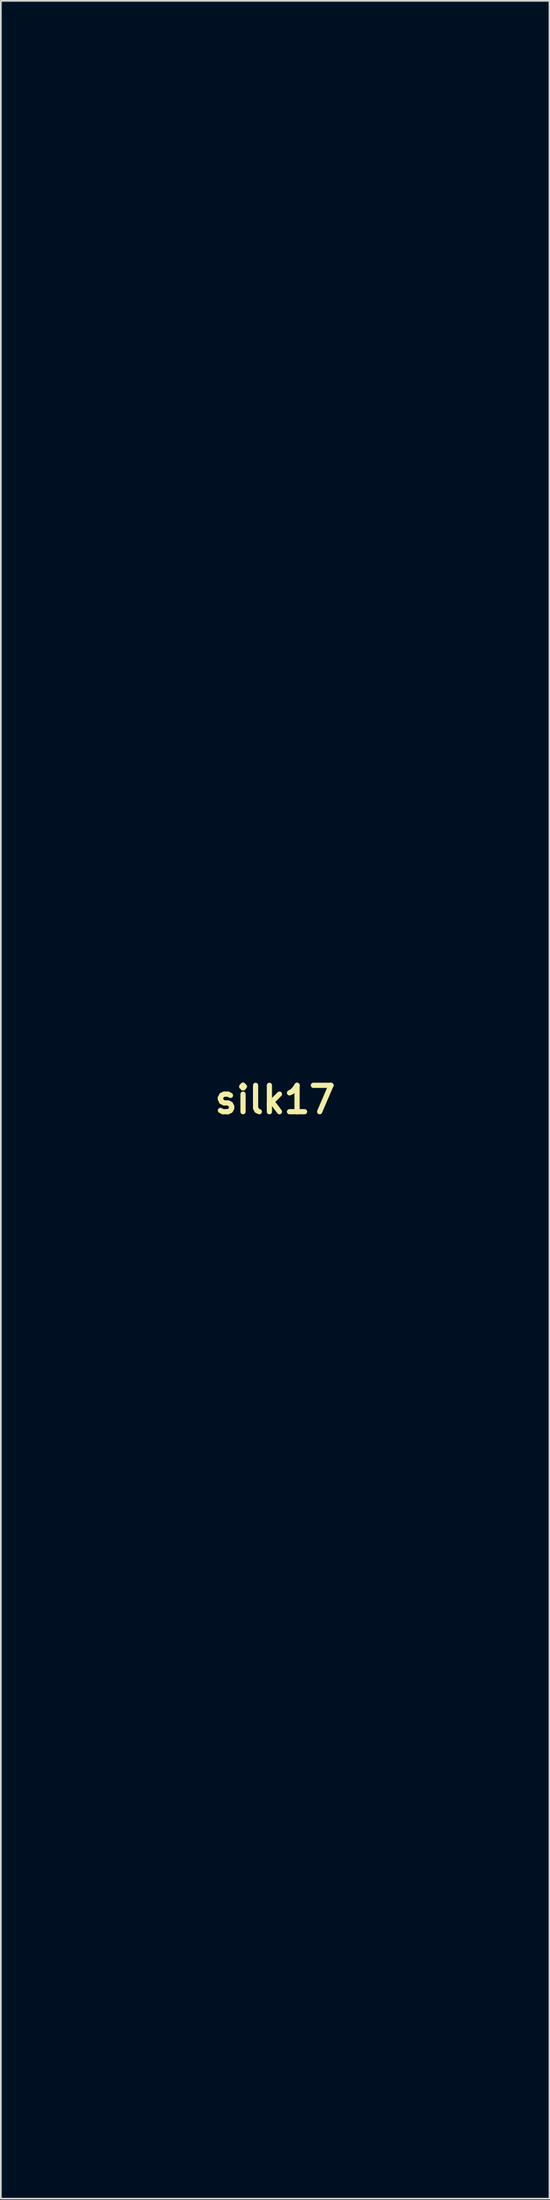
<source format=kicad_pcb>
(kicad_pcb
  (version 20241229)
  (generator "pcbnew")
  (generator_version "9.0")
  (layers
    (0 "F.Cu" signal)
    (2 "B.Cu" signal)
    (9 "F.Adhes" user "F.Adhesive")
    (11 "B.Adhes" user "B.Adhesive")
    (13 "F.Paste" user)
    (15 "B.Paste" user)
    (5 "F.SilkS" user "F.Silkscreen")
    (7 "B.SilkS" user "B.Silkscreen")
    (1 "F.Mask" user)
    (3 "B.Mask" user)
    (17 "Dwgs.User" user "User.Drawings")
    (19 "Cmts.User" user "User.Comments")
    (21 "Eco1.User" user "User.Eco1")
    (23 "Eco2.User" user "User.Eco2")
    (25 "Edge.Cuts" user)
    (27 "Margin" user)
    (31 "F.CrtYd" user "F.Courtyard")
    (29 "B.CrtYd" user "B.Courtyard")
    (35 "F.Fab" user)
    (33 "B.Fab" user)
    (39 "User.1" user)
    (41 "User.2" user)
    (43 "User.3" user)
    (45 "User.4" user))
  (footprint "silk17"
    (layer "F.Cu")
    (at 12.841 60.467)
    (property "Reference" "silk17" (at 0 0 0) (layer "F.SilkS") (effects (font (size 1.524 1.524) (thickness 0.3))))
    (attr through_hole)
    (fp_poly (pts (xy 11.02 -58) (xy 9.066 -58) (xy 9.066 -58.264) (xy 11.02 -58.264) (xy 11.02 -58)) (stroke (width 0.01) (type solid)) (fill no) (layer "Eco2.User"))
    (fp_poly (pts (xy -0.684 -27.618) (xy -0.488 -27.618) (xy -0.488 -27.833) (xy -0.488 -27.912) (xy -0.487 -27.973) (xy -0.484 -28.02) (xy -0.48 -28.055) (xy -0.473 -28.079) (xy -0.464 -28.096) (xy -0.452 -28.108) (xy -0.44 -28.116) (xy -0.401 -28.126) (xy -0.36 -28.121) (xy -0.324 -28.1) (xy -0.322 -28.097) (xy -0.293 -28.069) (xy -0.293 -27.479) (xy -0.35 -27.422) (xy -1.223 -27.422) (xy -1.251 -27.451) (xy -1.275 -27.487) (xy -1.281 -27.527) (xy -1.269 -27.567) (xy -1.256 -27.585) (xy -1.233 -27.613) (xy -1.058 -27.618) (xy -0.884 -27.622) (xy -0.882 -28.201) (xy -0.879 -28.78) (xy -1.041 -28.78) (xy -1.11 -28.781) (xy -1.163 -28.783) (xy -1.202 -28.787) (xy -1.229 -28.794) (xy -1.248 -28.805) (xy -1.261 -28.82) (xy -1.268 -28.834) (xy -1.279 -28.877) (xy -1.27 -28.917) (xy -1.243 -28.953) (xy -1.237 -28.958) (xy -1.229 -28.963) (xy -1.218 -28.967) (xy -1.2 -28.97) (xy -1.175 -28.972) (xy -1.139 -28.974) (xy -1.091 -28.975) (xy -1.028 -28.975) (xy -0.95 -28.975) (xy -0.684 -28.976) (xy -0.684 -27.618)) (stroke (width 0.01) (type solid)) (fill no) (layer "Eco2.User"))
    (fp_poly (pts (xy 4.623 25.568) (xy 4.632 25.569) (xy 4.64 25.572) (xy 4.649 25.579) (xy 4.659 25.591) (xy 4.672 25.611) (xy 4.688 25.64) (xy 4.709 25.68) (xy 4.736 25.733) (xy 4.771 25.801) (xy 4.79 25.84) (xy 4.926 26.108) (xy 4.926 26.181) (xy 4.926 26.253) (xy 4.791 26.523) (xy 4.655 26.792) (xy 4.62 26.795) (xy 4.587 26.792) (xy 4.57 26.78) (xy 4.562 26.767) (xy 4.546 26.739) (xy 4.524 26.698) (xy 4.498 26.647) (xy 4.468 26.588) (xy 4.435 26.524) (xy 4.432 26.517) (xy 4.391 26.435) (xy 4.359 26.367) (xy 4.335 26.313) (xy 4.317 26.268) (xy 4.306 26.231) (xy 4.301 26.199) (xy 4.3 26.171) (xy 4.304 26.143) (xy 4.311 26.113) (xy 4.313 26.108) (xy 4.321 26.084) (xy 4.337 26.048) (xy 4.358 26.001) (xy 4.384 25.946) (xy 4.412 25.887) (xy 4.442 25.827) (xy 4.472 25.767) (xy 4.501 25.71) (xy 4.527 25.66) (xy 4.549 25.62) (xy 4.565 25.591) (xy 4.575 25.577) (xy 4.575 25.577) (xy 4.595 25.569) (xy 4.622 25.568) (xy 4.623 25.568)) (stroke (width 0.01) (type solid)) (fill no) (layer "Eco2.User"))
    (fp_poly (pts (xy -8.172 -8.817) (xy -7.977 -8.817) (xy -7.974 -9.043) (xy -7.971 -9.269) (xy -7.946 -9.294) (xy -7.914 -9.313) (xy -7.875 -9.321) (xy -7.836 -9.315) (xy -7.825 -9.31) (xy -7.811 -9.301) (xy -7.801 -9.291) (xy -7.793 -9.276) (xy -7.786 -9.255) (xy -7.782 -9.224) (xy -7.779 -9.183) (xy -7.777 -9.13) (xy -7.777 -9.061) (xy -7.776 -8.975) (xy -7.776 -8.963) (xy -7.776 -8.683) (xy -7.81 -8.65) (xy -7.843 -8.616) (xy -8.703 -8.616) (xy -8.733 -8.641) (xy -8.76 -8.676) (xy -8.77 -8.715) (xy -8.762 -8.756) (xy -8.759 -8.762) (xy -8.743 -8.785) (xy -8.725 -8.801) (xy -8.724 -8.802) (xy -8.708 -8.805) (xy -8.676 -8.808) (xy -8.63 -8.81) (xy -8.574 -8.812) (xy -8.539 -8.812) (xy -8.372 -8.812) (xy -8.372 -9.974) (xy -8.529 -9.974) (xy -8.599 -9.975) (xy -8.651 -9.978) (xy -8.69 -9.982) (xy -8.718 -9.99) (xy -8.737 -10.002) (xy -8.75 -10.017) (xy -8.753 -10.023) (xy -8.763 -10.061) (xy -8.758 -10.102) (xy -8.739 -10.139) (xy -8.738 -10.14) (xy -8.712 -10.17) (xy -8.177 -10.17) (xy -8.172 -8.817)) (stroke (width 0.01) (type solid)) (fill no) (layer "Eco2.User"))
    (fp_poly (pts (xy -2.018 -60.447) (xy -2.006 -60.442) (xy -1.996 -60.437) (xy -1.987 -60.432) (xy -1.979 -60.426) (xy -1.972 -60.416) (xy -1.967 -60.403) (xy -1.962 -60.384) (xy -1.958 -60.358) (xy -1.955 -60.325) (xy -1.953 -60.283) (xy -1.951 -60.231) (xy -1.949 -60.167) (xy -1.948 -60.091) (xy -1.947 -60.001) (xy -1.946 -59.896) (xy -1.945 -59.775) (xy -1.945 -59.636) (xy -1.944 -59.519) (xy -1.939 -58.659) (xy -1.448 -58.654) (xy -0.956 -58.65) (xy -0.922 -58.613) (xy -0.902 -58.587) (xy -0.892 -58.564) (xy -0.889 -58.532) (xy -0.889 -58.526) (xy -0.891 -58.495) (xy -0.898 -58.473) (xy -0.914 -58.452) (xy -0.927 -58.438) (xy -0.965 -58.4) (xy -2.208 -58.4) (xy -2.206 -59.385) (xy -2.205 -59.546) (xy -2.205 -59.688) (xy -2.204 -59.814) (xy -2.204 -59.923) (xy -2.203 -60.017) (xy -2.203 -60.097) (xy -2.202 -60.165) (xy -2.201 -60.221) (xy -2.2 -60.267) (xy -2.199 -60.304) (xy -2.197 -60.333) (xy -2.196 -60.354) (xy -2.194 -60.37) (xy -2.192 -60.382) (xy -2.189 -60.39) (xy -2.186 -60.395) (xy -2.186 -60.396) (xy -2.151 -60.433) (xy -2.109 -60.454) (xy -2.062 -60.459) (xy -2.018 -60.447)) (stroke (width 0.01) (type solid)) (fill no) (layer "Eco2.User"))
    (fp_poly (pts (xy -7.834 11.457) (xy -7.802 11.478) (xy -7.784 11.51) (xy -7.782 11.55) (xy -7.794 11.588) (xy -7.802 11.605) (xy -7.82 11.637) (xy -7.845 11.682) (xy -7.878 11.738) (xy -7.916 11.804) (xy -7.96 11.879) (xy -8.007 11.96) (xy -8.058 12.047) (xy -8.112 12.138) (xy -8.166 12.231) (xy -8.222 12.325) (xy -8.277 12.418) (xy -8.33 12.508) (xy -8.382 12.595) (xy -8.43 12.676) (xy -8.475 12.75) (xy -8.514 12.815) (xy -8.547 12.87) (xy -8.574 12.914) (xy -8.593 12.944) (xy -8.603 12.96) (xy -8.605 12.961) (xy -8.634 12.973) (xy -8.67 12.969) (xy -8.702 12.954) (xy -8.734 12.925) (xy -8.748 12.889) (xy -8.745 12.852) (xy -8.739 12.84) (xy -8.724 12.812) (xy -8.701 12.771) (xy -8.671 12.718) (xy -8.634 12.655) (xy -8.592 12.582) (xy -8.546 12.502) (xy -8.496 12.416) (xy -8.443 12.326) (xy -8.389 12.233) (xy -8.334 12.139) (xy -8.279 12.045) (xy -8.225 11.953) (xy -8.173 11.865) (xy -8.124 11.782) (xy -8.079 11.705) (xy -8.038 11.637) (xy -8.003 11.578) (xy -7.975 11.531) (xy -7.954 11.497) (xy -7.941 11.477) (xy -7.94 11.476) (xy -7.924 11.459) (xy -7.903 11.451) (xy -7.88 11.45) (xy -7.834 11.457)) (stroke (width 0.01) (type solid)) (fill no) (layer "Eco2.User"))
    (fp_poly (pts (xy -9.295 -10.168) (xy -9.261 -10.158) (xy -9.233 -10.143) (xy -9.218 -10.125) (xy -9.213 -10.092) (xy -9.215 -10.053) (xy -9.225 -10.018) (xy -9.226 -10.015) (xy -9.237 -9.995) (xy -9.257 -9.96) (xy -9.285 -9.912) (xy -9.319 -9.853) (xy -9.359 -9.785) (xy -9.404 -9.708) (xy -9.453 -9.625) (xy -9.505 -9.537) (xy -9.559 -9.446) (xy -9.615 -9.352) (xy -9.671 -9.258) (xy -9.726 -9.165) (xy -9.78 -9.075) (xy -9.831 -8.989) (xy -9.879 -8.908) (xy -9.923 -8.835) (xy -9.962 -8.77) (xy -9.995 -8.716) (xy -10.021 -8.673) (xy -10.039 -8.644) (xy -10.049 -8.63) (xy -10.05 -8.629) (xy -10.078 -8.618) (xy -10.113 -8.619) (xy -10.148 -8.631) (xy -10.152 -8.633) (xy -10.181 -8.662) (xy -10.196 -8.699) (xy -10.196 -8.733) (xy -10.19 -8.745) (xy -10.176 -8.772) (xy -10.153 -8.813) (xy -10.122 -8.866) (xy -10.086 -8.93) (xy -10.044 -9.003) (xy -9.997 -9.083) (xy -9.947 -9.17) (xy -9.894 -9.261) (xy -9.839 -9.355) (xy -9.783 -9.45) (xy -9.727 -9.545) (xy -9.672 -9.639) (xy -9.618 -9.73) (xy -9.567 -9.816) (xy -9.519 -9.896) (xy -9.476 -9.968) (xy -9.438 -10.031) (xy -9.406 -10.084) (xy -9.381 -10.124) (xy -9.364 -10.151) (xy -9.356 -10.162) (xy -9.356 -10.162) (xy -9.329 -10.17) (xy -9.295 -10.168)) (stroke (width 0.01) (type solid)) (fill no) (layer "Eco2.User"))
    (fp_poly (pts (xy -8.231 -26.8) (xy -8.197 -26.785) (xy -8.179 -26.771) (xy -8.17 -26.762) (xy -8.163 -26.753) (xy -8.158 -26.743) (xy -8.156 -26.731) (xy -8.157 -26.716) (xy -8.161 -26.696) (xy -8.17 -26.671) (xy -8.184 -26.64) (xy -8.204 -26.601) (xy -8.229 -26.553) (xy -8.261 -26.496) (xy -8.3 -26.428) (xy -8.346 -26.347) (xy -8.401 -26.254) (xy -8.464 -26.146) (xy -8.536 -26.023) (xy -8.567 -25.971) (xy -8.63 -25.865) (xy -8.69 -25.763) (xy -8.747 -25.667) (xy -8.8 -25.578) (xy -8.849 -25.498) (xy -8.892 -25.427) (xy -8.928 -25.368) (xy -8.957 -25.321) (xy -8.979 -25.287) (xy -8.991 -25.269) (xy -8.994 -25.266) (xy -9.018 -25.249) (xy -9.042 -25.245) (xy -9.073 -25.255) (xy -9.085 -25.261) (xy -9.121 -25.287) (xy -9.14 -25.322) (xy -9.141 -25.361) (xy -9.135 -25.375) (xy -9.12 -25.404) (xy -9.096 -25.447) (xy -9.066 -25.501) (xy -9.029 -25.566) (xy -8.986 -25.64) (xy -8.939 -25.722) (xy -8.888 -25.809) (xy -8.835 -25.901) (xy -8.779 -25.995) (xy -8.723 -26.091) (xy -8.666 -26.187) (xy -8.611 -26.281) (xy -8.557 -26.372) (xy -8.505 -26.457) (xy -8.457 -26.537) (xy -8.414 -26.609) (xy -8.376 -26.671) (xy -8.344 -26.722) (xy -8.319 -26.761) (xy -8.303 -26.786) (xy -8.295 -26.796) (xy -8.266 -26.804) (xy -8.231 -26.8)) (stroke (width 0.01) (type solid)) (fill no) (layer "Eco2.User"))
    (fp_poly (pts (xy 2.419 -36.142) (xy 2.439 -36.119) (xy 2.449 -36.098) (xy 2.452 -36.069) (xy 2.452 -36.058) (xy 2.45 -36.025) (xy 2.443 -36.003) (xy 2.426 -35.981) (xy 2.419 -35.974) (xy 2.386 -35.941) (xy 1.495 -35.941) (xy 1.495 -35.355) (xy 1.691 -35.355) (xy 1.762 -35.355) (xy 1.816 -35.354) (xy 1.856 -35.352) (xy 1.884 -35.349) (xy 1.904 -35.345) (xy 1.915 -35.34) (xy 1.947 -35.313) (xy 1.967 -35.276) (xy 1.973 -35.232) (xy 1.963 -35.188) (xy 1.959 -35.179) (xy 1.948 -35.161) (xy 1.937 -35.146) (xy 1.922 -35.136) (xy 1.901 -35.129) (xy 1.872 -35.124) (xy 1.83 -35.122) (xy 1.775 -35.121) (xy 1.703 -35.12) (xy 1.495 -35.12) (xy 1.495 -34.534) (xy 1.924 -34.534) (xy 2.029 -34.534) (xy 2.122 -34.533) (xy 2.204 -34.532) (xy 2.271 -34.531) (xy 2.324 -34.529) (xy 2.36 -34.527) (xy 2.378 -34.525) (xy 2.379 -34.525) (xy 2.418 -34.5) (xy 2.443 -34.464) (xy 2.452 -34.416) (xy 2.452 -34.412) (xy 2.444 -34.363) (xy 2.421 -34.326) (xy 2.382 -34.301) (xy 2.379 -34.3) (xy 2.363 -34.298) (xy 2.329 -34.296) (xy 2.277 -34.294) (xy 2.21 -34.293) (xy 2.126 -34.291) (xy 2.028 -34.291) (xy 1.917 -34.29) (xy 1.802 -34.29) (xy 1.25 -34.29) (xy 1.25 -36.175) (xy 2.386 -36.175) (xy 2.419 -36.142)) (stroke (width 0.01) (type solid)) (fill no) (layer "Eco2.User"))
    (fp_poly (pts (xy -11.525 -16.048) (xy -11.49 -16.036) (xy -11.461 -16.015) (xy -11.444 -15.989) (xy -11.444 -15.987) (xy -11.441 -15.958) (xy -11.443 -15.935) (xy -11.449 -15.923) (xy -11.463 -15.895) (xy -11.486 -15.854) (xy -11.516 -15.801) (xy -11.553 -15.738) (xy -11.595 -15.665) (xy -11.641 -15.584) (xy -11.691 -15.498) (xy -11.745 -15.407) (xy -11.799 -15.313) (xy -11.855 -15.218) (xy -11.912 -15.122) (xy -11.967 -15.029) (xy -12.02 -14.938) (xy -12.072 -14.852) (xy -12.119 -14.772) (xy -12.162 -14.699) (xy -12.2 -14.636) (xy -12.232 -14.584) (xy -12.257 -14.543) (xy -12.274 -14.517) (xy -12.282 -14.506) (xy -12.283 -14.505) (xy -12.311 -14.497) (xy -12.347 -14.5) (xy -12.382 -14.513) (xy -12.396 -14.523) (xy -12.418 -14.545) (xy -12.426 -14.57) (xy -12.426 -14.587) (xy -12.422 -14.621) (xy -12.412 -14.654) (xy -12.41 -14.657) (xy -12.399 -14.677) (xy -12.379 -14.712) (xy -12.352 -14.76) (xy -12.317 -14.818) (xy -12.277 -14.887) (xy -12.232 -14.963) (xy -12.184 -15.046) (xy -12.131 -15.134) (xy -12.077 -15.226) (xy -12.022 -15.319) (xy -11.966 -15.413) (xy -11.911 -15.506) (xy -11.857 -15.596) (xy -11.806 -15.682) (xy -11.758 -15.762) (xy -11.714 -15.835) (xy -11.675 -15.899) (xy -11.642 -15.953) (xy -11.617 -15.995) (xy -11.599 -16.024) (xy -11.589 -16.038) (xy -11.589 -16.039) (xy -11.56 -16.05) (xy -11.525 -16.048)) (stroke (width 0.01) (type solid)) (fill no) (layer "Eco2.User"))
    (fp_poly (pts (xy -10.76 -21.774) (xy -10.729 -21.747) (xy -10.718 -21.73) (xy -10.715 -21.715) (xy -10.712 -21.684) (xy -10.71 -21.635) (xy -10.709 -21.569) (xy -10.708 -21.484) (xy -10.707 -21.381) (xy -10.707 -21.322) (xy -10.707 -20.935) (xy -10.316 -20.935) (xy -10.316 -21.233) (xy -10.316 -21.309) (xy -10.315 -21.38) (xy -10.314 -21.442) (xy -10.312 -21.493) (xy -10.31 -21.531) (xy -10.308 -21.552) (xy -10.307 -21.555) (xy -10.286 -21.585) (xy -10.255 -21.604) (xy -10.219 -21.612) (xy -10.183 -21.607) (xy -10.152 -21.59) (xy -10.132 -21.564) (xy -10.128 -21.545) (xy -10.125 -21.507) (xy -10.123 -21.45) (xy -10.122 -21.374) (xy -10.121 -21.278) (xy -10.121 -21.243) (xy -10.121 -20.945) (xy -10.088 -20.932) (xy -10.051 -20.908) (xy -10.029 -20.874) (xy -10.022 -20.836) (xy -10.031 -20.798) (xy -10.052 -20.769) (xy -10.075 -20.75) (xy -10.096 -20.741) (xy -10.101 -20.74) (xy -10.107 -20.74) (xy -10.112 -20.736) (xy -10.116 -20.728) (xy -10.118 -20.712) (xy -10.12 -20.687) (xy -10.12 -20.65) (xy -10.121 -20.598) (xy -10.121 -20.529) (xy -10.121 -20.515) (xy -10.121 -20.289) (xy -10.149 -20.261) (xy -10.185 -20.237) (xy -10.226 -20.231) (xy -10.265 -20.243) (xy -10.284 -20.256) (xy -10.311 -20.279) (xy -10.317 -20.74) (xy -10.913 -20.74) (xy -10.91 -21.234) (xy -10.907 -21.728) (xy -10.875 -21.757) (xy -10.837 -21.78) (xy -10.797 -21.785) (xy -10.76 -21.774)) (stroke (width 0.01) (type solid)) (fill no) (layer "Eco2.User"))
    (fp_poly (pts (xy -11.457 -21.781) (xy -11.419 -21.763) (xy -11.4 -21.748) (xy -11.39 -21.734) (xy -11.387 -21.712) (xy -11.387 -21.687) (xy -11.387 -21.677) (xy -11.388 -21.667) (xy -11.391 -21.655) (xy -11.396 -21.641) (xy -11.403 -21.623) (xy -11.414 -21.601) (xy -11.429 -21.572) (xy -11.449 -21.536) (xy -11.474 -21.492) (xy -11.505 -21.438) (xy -11.542 -21.373) (xy -11.587 -21.297) (xy -11.639 -21.207) (xy -11.7 -21.104) (xy -11.771 -20.985) (xy -11.791 -20.95) (xy -11.854 -20.844) (xy -11.914 -20.742) (xy -11.971 -20.647) (xy -12.023 -20.559) (xy -12.071 -20.479) (xy -12.113 -20.409) (xy -12.148 -20.35) (xy -12.177 -20.304) (xy -12.197 -20.271) (xy -12.208 -20.253) (xy -12.21 -20.25) (xy -12.241 -20.231) (xy -12.279 -20.229) (xy -12.296 -20.233) (xy -12.329 -20.25) (xy -12.354 -20.277) (xy -12.367 -20.308) (xy -12.368 -20.317) (xy -12.364 -20.342) (xy -12.355 -20.371) (xy -12.355 -20.372) (xy -12.346 -20.388) (xy -12.329 -20.419) (xy -12.304 -20.463) (xy -12.272 -20.518) (xy -12.234 -20.584) (xy -12.19 -20.659) (xy -12.143 -20.741) (xy -12.091 -20.828) (xy -12.037 -20.919) (xy -11.982 -21.013) (xy -11.926 -21.107) (xy -11.87 -21.201) (xy -11.815 -21.293) (xy -11.763 -21.381) (xy -11.713 -21.464) (xy -11.667 -21.54) (xy -11.626 -21.608) (xy -11.591 -21.666) (xy -11.563 -21.712) (xy -11.542 -21.746) (xy -11.529 -21.765) (xy -11.526 -21.768) (xy -11.494 -21.783) (xy -11.457 -21.781)) (stroke (width 0.01) (type solid)) (fill no) (layer "Eco2.User"))
    (fp_poly (pts (xy -9.535 12.778) (xy -9.349 12.778) (xy -9.349 12.574) (xy -9.349 12.504) (xy -9.347 12.443) (xy -9.345 12.394) (xy -9.342 12.358) (xy -9.339 12.341) (xy -9.318 12.307) (xy -9.287 12.286) (xy -9.25 12.279) (xy -9.212 12.288) (xy -9.182 12.308) (xy -9.154 12.337) (xy -9.154 12.621) (xy -9.154 12.709) (xy -9.154 12.779) (xy -9.156 12.834) (xy -9.158 12.876) (xy -9.163 12.906) (xy -9.169 12.927) (xy -9.177 12.942) (xy -9.188 12.952) (xy -9.202 12.959) (xy -9.214 12.963) (xy -9.232 12.966) (xy -9.265 12.968) (xy -9.314 12.97) (xy -9.373 12.971) (xy -9.442 12.972) (xy -9.518 12.973) (xy -9.597 12.973) (xy -9.678 12.973) (xy -9.757 12.973) (xy -9.832 12.972) (xy -9.901 12.971) (xy -9.962 12.969) (xy -10.01 12.968) (xy -10.044 12.965) (xy -10.062 12.963) (xy -10.062 12.963) (xy -10.096 12.94) (xy -10.116 12.904) (xy -10.121 12.869) (xy -10.118 12.839) (xy -10.106 12.817) (xy -10.091 12.803) (xy -10.079 12.794) (xy -10.068 12.788) (xy -10.053 12.783) (xy -10.032 12.78) (xy -10.002 12.779) (xy -9.958 12.778) (xy -9.899 12.778) (xy -9.73 12.778) (xy -9.735 11.64) (xy -9.903 11.635) (xy -9.965 11.633) (xy -10.01 11.631) (xy -10.041 11.629) (xy -10.063 11.625) (xy -10.077 11.621) (xy -10.087 11.614) (xy -10.094 11.608) (xy -10.113 11.577) (xy -10.118 11.539) (xy -10.109 11.502) (xy -10.089 11.473) (xy -10.061 11.45) (xy -9.535 11.45) (xy -9.535 12.778)) (stroke (width 0.01) (type solid)) (fill no) (layer "Eco2.User"))
    (fp_poly (pts (xy 8.772 -15.153) (xy 8.804 -15.128) (xy 8.823 -15.091) (xy 8.825 -15.082) (xy 8.827 -15.066) (xy 8.828 -15.032) (xy 8.829 -14.984) (xy 8.83 -14.923) (xy 8.831 -14.852) (xy 8.831 -14.773) (xy 8.831 -14.689) (xy 8.831 -14.682) (xy 8.831 -14.312) (xy 9.217 -14.317) (xy 9.222 -14.625) (xy 9.224 -14.701) (xy 9.225 -14.771) (xy 9.228 -14.834) (xy 9.23 -14.885) (xy 9.232 -14.923) (xy 9.234 -14.945) (xy 9.236 -14.95) (xy 9.254 -14.97) (xy 9.283 -14.986) (xy 9.316 -14.995) (xy 9.324 -14.996) (xy 9.347 -14.989) (xy 9.373 -14.974) (xy 9.381 -14.967) (xy 9.413 -14.939) (xy 9.418 -14.628) (xy 9.422 -14.317) (xy 9.444 -14.314) (xy 9.464 -14.304) (xy 9.487 -14.286) (xy 9.49 -14.281) (xy 9.511 -14.243) (xy 9.514 -14.204) (xy 9.501 -14.168) (xy 9.472 -14.139) (xy 9.455 -14.129) (xy 9.418 -14.113) (xy 9.418 -13.9) (xy 9.417 -13.823) (xy 9.416 -13.763) (xy 9.414 -13.717) (xy 9.41 -13.683) (xy 9.403 -13.66) (xy 9.394 -13.643) (xy 9.382 -13.631) (xy 9.367 -13.622) (xy 9.324 -13.609) (xy 9.284 -13.614) (xy 9.251 -13.637) (xy 9.222 -13.666) (xy 9.222 -14.117) (xy 8.626 -14.117) (xy 8.626 -14.601) (xy 8.626 -14.713) (xy 8.627 -14.807) (xy 8.627 -14.885) (xy 8.628 -14.948) (xy 8.629 -14.999) (xy 8.63 -15.038) (xy 8.632 -15.067) (xy 8.634 -15.088) (xy 8.637 -15.102) (xy 8.64 -15.112) (xy 8.641 -15.113) (xy 8.663 -15.142) (xy 8.692 -15.158) (xy 8.732 -15.162) (xy 8.772 -15.153)) (stroke (width 0.01) (type solid)) (fill no) (layer "Eco2.User"))
    (fp_poly (pts (xy -7.061 -10.169) (xy -7.033 -10.168) (xy -7.014 -10.163) (xy -7 -10.155) (xy -6.985 -10.142) (xy -6.984 -10.141) (xy -6.962 -10.107) (xy -6.956 -10.069) (xy -6.965 -10.032) (xy -6.987 -10.001) (xy -7.021 -9.981) (xy -7.028 -9.979) (xy -7.053 -9.972) (xy -7.053 -9.33) (xy -6.686 -9.328) (xy -6.319 -9.325) (xy -6.291 -9.293) (xy -6.262 -9.261) (xy -6.262 -8.97) (xy -6.262 -8.884) (xy -6.263 -8.814) (xy -6.264 -8.76) (xy -6.266 -8.719) (xy -6.27 -8.689) (xy -6.275 -8.668) (xy -6.282 -8.653) (xy -6.292 -8.642) (xy -6.305 -8.634) (xy -6.318 -8.627) (xy -6.332 -8.624) (xy -6.362 -8.622) (xy -6.408 -8.62) (xy -6.472 -8.618) (xy -6.554 -8.617) (xy -6.653 -8.617) (xy -6.757 -8.617) (xy -6.862 -8.617) (xy -6.948 -8.617) (xy -7.018 -8.618) (xy -7.074 -8.619) (xy -7.118 -8.62) (xy -7.15 -8.622) (xy -7.174 -8.625) (xy -7.19 -8.627) (xy -7.2 -8.631) (xy -7.202 -8.632) (xy -7.225 -8.648) (xy -7.239 -8.665) (xy -7.241 -8.679) (xy -7.243 -8.712) (xy -7.244 -8.765) (xy -7.246 -8.836) (xy -7.247 -8.926) (xy -7.248 -9.035) (xy -7.248 -9.124) (xy -7.053 -9.124) (xy -7.053 -8.812) (xy -6.758 -8.814) (xy -6.462 -8.817) (xy -6.46 -8.971) (xy -6.457 -9.124) (xy -7.053 -9.124) (xy -7.248 -9.124) (xy -7.248 -9.162) (xy -7.249 -9.307) (xy -7.249 -9.399) (xy -7.249 -10.115) (xy -7.223 -10.142) (xy -7.209 -10.155) (xy -7.196 -10.163) (xy -7.177 -10.168) (xy -7.149 -10.169) (xy -7.106 -10.17) (xy -7.105 -10.17) (xy -7.061 -10.169)) (stroke (width 0.01) (type solid)) (fill no) (layer "Eco2.User"))
    (fp_poly (pts (xy -8.106 25.341) (xy -7.967 25.342) (xy -7.69 25.969) (xy -7.644 26.074) (xy -7.6 26.173) (xy -7.559 26.266) (xy -7.522 26.352) (xy -7.488 26.427) (xy -7.459 26.492) (xy -7.436 26.544) (xy -7.419 26.582) (xy -7.408 26.605) (xy -7.405 26.611) (xy -7.403 26.605) (xy -7.401 26.58) (xy -7.399 26.536) (xy -7.398 26.474) (xy -7.397 26.395) (xy -7.396 26.299) (xy -7.396 26.186) (xy -7.395 26.058) (xy -7.395 26.015) (xy -7.395 25.891) (xy -7.395 25.784) (xy -7.395 25.693) (xy -7.394 25.618) (xy -7.394 25.557) (xy -7.393 25.508) (xy -7.391 25.469) (xy -7.39 25.44) (xy -7.388 25.419) (xy -7.386 25.404) (xy -7.383 25.394) (xy -7.38 25.387) (xy -7.378 25.384) (xy -7.343 25.355) (xy -7.303 25.342) (xy -7.262 25.345) (xy -7.224 25.367) (xy -7.22 25.37) (xy -7.19 25.398) (xy -7.19 27.012) (xy -7.329 27.012) (xy -7.469 27.012) (xy -7.746 26.379) (xy -7.792 26.274) (xy -7.836 26.175) (xy -7.877 26.082) (xy -7.914 25.996) (xy -7.948 25.921) (xy -7.977 25.857) (xy -8 25.805) (xy -8.017 25.766) (xy -8.028 25.744) (xy -8.031 25.738) (xy -8.033 25.745) (xy -8.035 25.771) (xy -8.036 25.814) (xy -8.037 25.873) (xy -8.038 25.946) (xy -8.039 26.033) (xy -8.04 26.132) (xy -8.04 26.241) (xy -8.04 26.336) (xy -8.04 26.943) (xy -8.067 26.973) (xy -8.1 26.998) (xy -8.14 27.009) (xy -8.178 27.005) (xy -8.183 27.003) (xy -8.203 26.989) (xy -8.224 26.968) (xy -8.224 26.967) (xy -8.245 26.941) (xy -8.245 25.341) (xy -8.106 25.341)) (stroke (width 0.01) (type solid)) (fill no) (layer "Eco2.User"))
    (fp_poly (pts (xy -3.909 11.454) (xy -3.872 11.484) (xy -3.843 11.513) (xy -3.818 11.547) (xy -3.812 11.557) (xy -3.806 11.571) (xy -3.801 11.584) (xy -3.797 11.6) (xy -3.794 11.621) (xy -3.792 11.65) (xy -3.791 11.688) (xy -3.791 11.739) (xy -3.79 11.805) (xy -3.79 11.874) (xy -3.791 11.955) (xy -3.791 12.019) (xy -3.791 12.068) (xy -3.793 12.104) (xy -3.795 12.132) (xy -3.798 12.152) (xy -3.802 12.167) (xy -3.807 12.181) (xy -3.812 12.192) (xy -3.835 12.225) (xy -3.863 12.257) (xy -3.872 12.265) (xy -3.909 12.295) (xy -4.241 12.297) (xy -4.572 12.3) (xy -4.572 12.778) (xy -4.215 12.778) (xy -4.113 12.778) (xy -4.025 12.779) (xy -3.953 12.781) (xy -3.898 12.782) (xy -3.86 12.785) (xy -3.84 12.788) (xy -3.839 12.788) (xy -3.817 12.808) (xy -3.8 12.839) (xy -3.791 12.873) (xy -3.79 12.88) (xy -3.797 12.903) (xy -3.813 12.929) (xy -3.819 12.937) (xy -3.847 12.969) (xy -4.767 12.974) (xy -4.767 12.63) (xy -4.767 12.533) (xy -4.766 12.448) (xy -4.765 12.376) (xy -4.763 12.317) (xy -4.76 12.275) (xy -4.758 12.251) (xy -4.757 12.248) (xy -4.738 12.207) (xy -4.707 12.166) (xy -4.669 12.134) (xy -4.656 12.126) (xy -4.646 12.121) (xy -4.631 12.117) (xy -4.611 12.114) (xy -4.584 12.112) (xy -4.546 12.11) (xy -4.496 12.109) (xy -4.431 12.107) (xy -4.351 12.106) (xy -4.306 12.106) (xy -3.985 12.103) (xy -3.991 11.64) (xy -4.36 11.635) (xy -4.73 11.63) (xy -4.749 11.607) (xy -4.765 11.574) (xy -4.768 11.534) (xy -4.759 11.497) (xy -4.743 11.473) (xy -4.719 11.449) (xy -3.909 11.454)) (stroke (width 0.01) (type solid)) (fill no) (layer "Eco2.User"))
    (fp_poly (pts (xy 0.703 -35.999) (xy 0.703 -35.928) (xy 0.701 -35.874) (xy 0.698 -35.833) (xy 0.692 -35.804) (xy 0.683 -35.783) (xy 0.67 -35.767) (xy 0.653 -35.753) (xy 0.65 -35.752) (xy 0.625 -35.742) (xy 0.592 -35.736) (xy 0.583 -35.736) (xy 0.536 -35.744) (xy 0.5 -35.769) (xy 0.474 -35.808) (xy 0.461 -35.86) (xy 0.459 -35.892) (xy 0.459 -35.941) (xy 0.225 -35.941) (xy 0.225 -35.169) (xy 0.225 -35.023) (xy 0.225 -34.896) (xy 0.224 -34.786) (xy 0.224 -34.692) (xy 0.223 -34.611) (xy 0.222 -34.544) (xy 0.221 -34.489) (xy 0.219 -34.445) (xy 0.216 -34.41) (xy 0.213 -34.382) (xy 0.209 -34.362) (xy 0.204 -34.347) (xy 0.198 -34.336) (xy 0.191 -34.328) (xy 0.183 -34.322) (xy 0.174 -34.316) (xy 0.173 -34.315) (xy 0.132 -34.298) (xy 0.088 -34.295) (xy 0.054 -34.303) (xy 0.026 -34.32) (xy 0.005 -34.339) (xy 0.001 -34.343) (xy -0.002 -34.349) (xy -0.004 -34.357) (xy -0.007 -34.368) (xy -0.009 -34.385) (xy -0.01 -34.409) (xy -0.012 -34.44) (xy -0.013 -34.48) (xy -0.014 -34.53) (xy -0.015 -34.591) (xy -0.016 -34.666) (xy -0.017 -34.754) (xy -0.018 -34.859) (xy -0.018 -34.979) (xy -0.019 -35.118) (xy -0.02 -35.148) (xy -0.024 -35.936) (xy -0.259 -35.936) (xy -0.264 -35.873) (xy -0.268 -35.836) (xy -0.275 -35.804) (xy -0.281 -35.787) (xy -0.308 -35.759) (xy -0.345 -35.742) (xy -0.388 -35.737) (xy -0.431 -35.746) (xy -0.44 -35.751) (xy -0.459 -35.762) (xy -0.474 -35.777) (xy -0.484 -35.796) (xy -0.491 -35.824) (xy -0.495 -35.863) (xy -0.498 -35.916) (xy -0.498 -35.984) (xy -0.498 -35.999) (xy -0.498 -36.175) (xy 0.703 -36.175) (xy 0.703 -35.999)) (stroke (width 0.01) (type solid)) (fill no) (layer "Eco2.User"))
    (fp_poly (pts (xy 6.056 -26.805) (xy 6.135 -26.804) (xy 6.196 -26.802) (xy 6.239 -26.8) (xy 6.262 -26.797) (xy 6.262 -26.797) (xy 6.308 -26.776) (xy 6.35 -26.741) (xy 6.383 -26.699) (xy 6.39 -26.685) (xy 6.396 -26.671) (xy 6.4 -26.656) (xy 6.403 -26.635) (xy 6.405 -26.607) (xy 6.407 -26.57) (xy 6.408 -26.52) (xy 6.408 -26.456) (xy 6.408 -26.375) (xy 6.408 -26.369) (xy 6.408 -26.282) (xy 6.408 -26.211) (xy 6.406 -26.156) (xy 6.403 -26.112) (xy 6.399 -26.079) (xy 6.392 -26.053) (xy 6.383 -26.033) (xy 6.372 -26.015) (xy 6.357 -25.998) (xy 6.352 -25.992) (xy 6.336 -25.976) (xy 6.32 -25.962) (xy 6.302 -25.952) (xy 6.281 -25.943) (xy 6.254 -25.937) (xy 6.218 -25.933) (xy 6.172 -25.93) (xy 6.113 -25.929) (xy 6.04 -25.928) (xy 5.949 -25.928) (xy 5.927 -25.928) (xy 5.608 -25.928) (xy 5.608 -25.45) (xy 6.352 -25.444) (xy 6.381 -25.411) (xy 6.4 -25.387) (xy 6.407 -25.366) (xy 6.405 -25.338) (xy 6.405 -25.338) (xy 6.392 -25.296) (xy 6.374 -25.275) (xy 6.349 -25.253) (xy 5.412 -25.253) (xy 5.412 -25.603) (xy 5.413 -25.708) (xy 5.414 -25.799) (xy 5.415 -25.873) (xy 5.417 -25.931) (xy 5.42 -25.971) (xy 5.423 -25.991) (xy 5.444 -26.035) (xy 5.479 -26.075) (xy 5.524 -26.105) (xy 5.568 -26.122) (xy 5.593 -26.125) (xy 5.636 -26.128) (xy 5.694 -26.13) (xy 5.765 -26.132) (xy 5.847 -26.132) (xy 5.911 -26.133) (xy 6.203 -26.133) (xy 6.203 -26.611) (xy 5.836 -26.611) (xy 5.724 -26.612) (xy 5.63 -26.613) (xy 5.556 -26.614) (xy 5.501 -26.616) (xy 5.465 -26.619) (xy 5.45 -26.622) (xy 5.429 -26.642) (xy 5.414 -26.673) (xy 5.406 -26.707) (xy 5.407 -26.728) (xy 5.419 -26.754) (xy 5.438 -26.779) (xy 5.438 -26.779) (xy 5.463 -26.802) (xy 5.843 -26.805) (xy 5.958 -26.805) (xy 6.056 -26.805)) (stroke (width 0.01) (type solid)) (fill no) (layer "Eco2.User"))
    (fp_poly (pts (xy -9.004 25.341) (xy -8.928 25.342) (xy -8.867 25.343) (xy -8.818 25.344) (xy -8.781 25.347) (xy -8.753 25.351) (xy -8.732 25.355) (xy -8.718 25.362) (xy -8.708 25.37) (xy -8.701 25.38) (xy -8.694 25.392) (xy -8.69 25.4) (xy -8.678 25.431) (xy -8.677 25.458) (xy -8.69 25.491) (xy -8.69 25.493) (xy -8.703 25.514) (xy -8.718 25.53) (xy -8.74 25.541) (xy -8.77 25.549) (xy -8.812 25.553) (xy -8.868 25.556) (xy -8.938 25.556) (xy -9.105 25.556) (xy -9.105 26.797) (xy -8.932 26.797) (xy -8.862 26.798) (xy -8.808 26.799) (xy -8.769 26.803) (xy -8.741 26.809) (xy -8.721 26.818) (xy -8.707 26.832) (xy -8.695 26.85) (xy -8.691 26.86) (xy -8.679 26.886) (xy -8.677 26.907) (xy -8.684 26.932) (xy -8.686 26.937) (xy -8.706 26.973) (xy -8.734 26.994) (xy -8.743 26.998) (xy -8.754 27.002) (xy -8.768 27.005) (xy -8.788 27.007) (xy -8.815 27.009) (xy -8.851 27.01) (xy -8.898 27.011) (xy -8.958 27.011) (xy -9.032 27.011) (xy -9.123 27.011) (xy -9.212 27.011) (xy -9.304 27.011) (xy -9.391 27.01) (xy -9.47 27.009) (xy -9.539 27.008) (xy -9.596 27.007) (xy -9.64 27.005) (xy -9.668 27.004) (xy -9.678 27.002) (xy -9.708 26.981) (xy -9.729 26.948) (xy -9.739 26.909) (xy -9.737 26.87) (xy -9.723 26.84) (xy -9.709 26.825) (xy -9.694 26.814) (xy -9.674 26.807) (xy -9.647 26.802) (xy -9.609 26.799) (xy -9.557 26.797) (xy -9.489 26.797) (xy -9.31 26.797) (xy -9.31 25.557) (xy -9.497 25.554) (xy -9.683 25.551) (xy -9.711 25.52) (xy -9.734 25.481) (xy -9.741 25.44) (xy -9.731 25.401) (xy -9.707 25.368) (xy -9.684 25.352) (xy -9.671 25.349) (xy -9.641 25.347) (xy -9.596 25.345) (xy -9.533 25.343) (xy -9.453 25.342) (xy -9.355 25.342) (xy -9.239 25.341) (xy -9.205 25.341) (xy -9.096 25.341) (xy -9.004 25.341)) (stroke (width 0.01) (type solid)) (fill no) (layer "Eco2.User"))
    (fp_poly (pts (xy -7.067 -26.805) (xy -6.989 -26.804) (xy -6.929 -26.803) (xy -6.887 -26.8) (xy -6.86 -26.797) (xy -6.856 -26.796) (xy -6.814 -26.777) (xy -6.775 -26.745) (xy -6.742 -26.706) (xy -6.723 -26.665) (xy -6.722 -26.665) (xy -6.719 -26.643) (xy -6.716 -26.604) (xy -6.714 -26.553) (xy -6.713 -26.492) (xy -6.712 -26.425) (xy -6.712 -26.356) (xy -6.712 -26.287) (xy -6.713 -26.222) (xy -6.714 -26.164) (xy -6.717 -26.117) (xy -6.72 -26.084) (xy -6.722 -26.071) (xy -6.742 -26.027) (xy -6.776 -25.986) (xy -6.818 -25.954) (xy -6.833 -25.946) (xy -6.846 -25.941) (xy -6.861 -25.937) (xy -6.88 -25.934) (xy -6.905 -25.932) (xy -6.94 -25.93) (xy -6.986 -25.929) (xy -7.045 -25.928) (xy -7.119 -25.928) (xy -7.193 -25.928) (xy -7.513 -25.928) (xy -7.513 -25.45) (xy -6.772 -25.444) (xy -6.747 -25.42) (xy -6.724 -25.388) (xy -6.716 -25.35) (xy -6.721 -25.312) (xy -6.739 -25.28) (xy -6.76 -25.264) (xy -6.775 -25.261) (xy -6.809 -25.259) (xy -6.861 -25.257) (xy -6.931 -25.255) (xy -7.019 -25.254) (xy -7.123 -25.254) (xy -7.243 -25.253) (xy -7.708 -25.253) (xy -7.708 -25.61) (xy -7.708 -25.709) (xy -7.707 -25.79) (xy -7.706 -25.856) (xy -7.705 -25.908) (xy -7.702 -25.95) (xy -7.698 -25.981) (xy -7.692 -26.006) (xy -7.684 -26.025) (xy -7.674 -26.041) (xy -7.662 -26.056) (xy -7.651 -26.068) (xy -7.636 -26.083) (xy -7.622 -26.096) (xy -7.607 -26.106) (xy -7.588 -26.114) (xy -7.564 -26.119) (xy -7.533 -26.124) (xy -7.492 -26.126) (xy -7.438 -26.128) (xy -7.371 -26.13) (xy -7.287 -26.131) (xy -7.241 -26.131) (xy -6.917 -26.134) (xy -6.917 -26.611) (xy -7.284 -26.611) (xy -7.388 -26.612) (xy -7.477 -26.612) (xy -7.55 -26.614) (xy -7.607 -26.616) (xy -7.646 -26.618) (xy -7.667 -26.621) (xy -7.669 -26.621) (xy -7.696 -26.646) (xy -7.711 -26.68) (xy -7.712 -26.719) (xy -7.7 -26.755) (xy -7.683 -26.778) (xy -7.658 -26.802) (xy -7.277 -26.805) (xy -7.162 -26.805) (xy -7.067 -26.805)) (stroke (width 0.01) (type solid)) (fill no) (layer "Eco2.User"))
    (fp_poly (pts (xy 7.858 -59.993) (xy 7.891 -60.039) (xy 7.906 -60.061) (xy 7.931 -60.095) (xy 7.962 -60.14) (xy 7.998 -60.191) (xy 8.038 -60.246) (xy 8.057 -60.274) (xy 8.19 -60.462) (xy 8.519 -60.462) (xy 8.519 -58.476) (xy 8.481 -58.438) (xy 8.456 -58.416) (xy 8.435 -58.404) (xy 8.41 -58.401) (xy 8.395 -58.4) (xy 8.346 -58.408) (xy 8.304 -58.428) (xy 8.274 -58.458) (xy 8.273 -58.461) (xy 8.27 -58.469) (xy 8.268 -58.484) (xy 8.266 -58.508) (xy 8.264 -58.541) (xy 8.263 -58.585) (xy 8.261 -58.641) (xy 8.26 -58.71) (xy 8.259 -58.793) (xy 8.258 -58.891) (xy 8.257 -59.006) (xy 8.256 -59.137) (xy 8.255 -59.284) (xy 8.25 -60.085) (xy 7.991 -59.719) (xy 7.991 -59.659) (xy 7.99 -59.625) (xy 7.985 -59.602) (xy 7.974 -59.583) (xy 7.953 -59.562) (xy 7.929 -59.54) (xy 7.909 -59.528) (xy 7.884 -59.524) (xy 7.861 -59.524) (xy 7.827 -59.525) (xy 7.805 -59.531) (xy 7.785 -59.546) (xy 7.773 -59.557) (xy 7.747 -59.592) (xy 7.732 -59.636) (xy 7.728 -59.693) (xy 7.723 -59.71) (xy 7.709 -59.737) (xy 7.685 -59.777) (xy 7.65 -59.83) (xy 7.604 -59.897) (xy 7.598 -59.906) (xy 7.469 -60.091) (xy 7.464 -59.287) (xy 7.463 -59.135) (xy 7.462 -59.001) (xy 7.461 -58.884) (xy 7.459 -58.784) (xy 7.458 -58.7) (xy 7.457 -58.63) (xy 7.455 -58.574) (xy 7.454 -58.53) (xy 7.452 -58.498) (xy 7.45 -58.477) (xy 7.448 -58.465) (xy 7.447 -58.462) (xy 7.417 -58.428) (xy 7.377 -58.407) (xy 7.331 -58.399) (xy 7.287 -58.406) (xy 7.255 -58.422) (xy 7.246 -58.428) (xy 7.238 -58.434) (xy 7.231 -58.441) (xy 7.225 -58.45) (xy 7.22 -58.461) (xy 7.216 -58.477) (xy 7.212 -58.499) (xy 7.209 -58.526) (xy 7.206 -58.562) (xy 7.204 -58.606) (xy 7.203 -58.66) (xy 7.202 -58.725) (xy 7.201 -58.802) (xy 7.2 -58.892) (xy 7.2 -58.997) (xy 7.2 -59.118) (xy 7.2 -59.255) (xy 7.2 -59.411) (xy 7.2 -59.485) (xy 7.2 -60.462) (xy 7.538 -60.462) (xy 7.858 -59.993)) (stroke (width 0.01) (type solid)) (fill no) (layer "Eco2.User"))
    (fp_poly (pts (xy -11.343 11.457) (xy -11.312 11.476) (xy -11.297 11.497) (xy -11.294 11.51) (xy -11.292 11.541) (xy -11.289 11.586) (xy -11.287 11.642) (xy -11.285 11.706) (xy -11.284 11.77) (xy -11.279 12.026) (xy -11.196 11.971) (xy -11.139 11.933) (xy -11.092 11.906) (xy -11.052 11.886) (xy -11.014 11.874) (xy -10.973 11.868) (xy -10.924 11.865) (xy -10.883 11.865) (xy -10.829 11.865) (xy -10.79 11.867) (xy -10.761 11.871) (xy -10.737 11.877) (xy -10.713 11.886) (xy -10.711 11.887) (xy -10.654 11.923) (xy -10.603 11.971) (xy -10.565 12.028) (xy -10.559 12.041) (xy -10.553 12.055) (xy -10.548 12.072) (xy -10.544 12.093) (xy -10.54 12.119) (xy -10.537 12.153) (xy -10.534 12.196) (xy -10.531 12.249) (xy -10.528 12.314) (xy -10.525 12.394) (xy -10.522 12.488) (xy -10.518 12.6) (xy -10.516 12.666) (xy -10.514 12.741) (xy -10.513 12.799) (xy -10.512 12.843) (xy -10.513 12.875) (xy -10.514 12.897) (xy -10.517 12.912) (xy -10.521 12.923) (xy -10.527 12.932) (xy -10.531 12.937) (xy -10.561 12.961) (xy -10.599 12.971) (xy -10.637 12.965) (xy -10.67 12.945) (xy -10.684 12.928) (xy -10.689 12.919) (xy -10.693 12.906) (xy -10.697 12.887) (xy -10.7 12.86) (xy -10.702 12.823) (xy -10.705 12.774) (xy -10.708 12.711) (xy -10.711 12.632) (xy -10.713 12.564) (xy -10.716 12.482) (xy -10.719 12.404) (xy -10.721 12.333) (xy -10.723 12.272) (xy -10.725 12.222) (xy -10.726 12.188) (xy -10.726 12.174) (xy -10.728 12.141) (xy -10.736 12.118) (xy -10.752 12.096) (xy -10.761 12.088) (xy -10.795 12.053) (xy -10.886 12.057) (xy -10.976 12.06) (xy -11.127 12.158) (xy -11.279 12.257) (xy -11.283 12.586) (xy -11.288 12.915) (xy -11.313 12.939) (xy -11.348 12.962) (xy -11.388 12.97) (xy -11.426 12.962) (xy -11.432 12.959) (xy -11.455 12.942) (xy -11.469 12.925) (xy -11.471 12.911) (xy -11.473 12.878) (xy -11.475 12.825) (xy -11.476 12.754) (xy -11.477 12.664) (xy -11.478 12.555) (xy -11.479 12.429) (xy -11.479 12.284) (xy -11.479 12.207) (xy -11.479 11.507) (xy -11.45 11.478) (xy -11.418 11.457) (xy -11.38 11.45) (xy -11.343 11.457)) (stroke (width 0.01) (type solid)) (fill no) (layer "Eco2.User"))
    (fp_poly (pts (xy -10.337 -16.026) (xy -10.307 -16) (xy -10.307 -15.378) (xy -10.267 -15.372) (xy -10.225 -15.357) (xy -10.182 -15.33) (xy -10.145 -15.294) (xy -10.126 -15.269) (xy -10.121 -15.258) (xy -10.116 -15.247) (xy -10.113 -15.231) (xy -10.11 -15.21) (xy -10.108 -15.18) (xy -10.107 -15.14) (xy -10.107 -15.087) (xy -10.106 -15.019) (xy -10.106 -14.947) (xy -10.107 -14.873) (xy -10.107 -14.803) (xy -10.108 -14.742) (xy -10.11 -14.692) (xy -10.111 -14.655) (xy -10.113 -14.634) (xy -10.114 -14.632) (xy -10.13 -14.598) (xy -10.159 -14.563) (xy -10.195 -14.533) (xy -10.223 -14.516) (xy -10.235 -14.511) (xy -10.25 -14.507) (xy -10.268 -14.504) (xy -10.293 -14.502) (xy -10.326 -14.5) (xy -10.37 -14.499) (xy -10.427 -14.498) (xy -10.499 -14.498) (xy -10.587 -14.498) (xy -10.605 -14.498) (xy -10.696 -14.498) (xy -10.77 -14.498) (xy -10.828 -14.498) (xy -10.873 -14.499) (xy -10.907 -14.5) (xy -10.933 -14.502) (xy -10.951 -14.505) (xy -10.966 -14.509) (xy -10.977 -14.513) (xy -10.989 -14.519) (xy -10.991 -14.52) (xy -11.024 -14.543) (xy -11.054 -14.573) (xy -11.064 -14.585) (xy -11.093 -14.626) (xy -11.094 -14.693) (xy -10.903 -14.693) (xy -10.307 -14.693) (xy -10.307 -15.182) (xy -10.602 -15.179) (xy -10.898 -15.177) (xy -10.9 -14.935) (xy -10.903 -14.693) (xy -11.094 -14.693) (xy -11.096 -14.924) (xy -11.097 -15.009) (xy -11.097 -15.076) (xy -11.097 -15.128) (xy -11.096 -15.168) (xy -11.095 -15.198) (xy -11.092 -15.22) (xy -11.089 -15.236) (xy -11.085 -15.25) (xy -11.079 -15.263) (xy -11.077 -15.266) (xy -11.048 -15.308) (xy -11.005 -15.343) (xy -10.956 -15.366) (xy -10.936 -15.371) (xy -10.902 -15.378) (xy -10.902 -15.676) (xy -10.902 -15.766) (xy -10.902 -15.84) (xy -10.901 -15.855) (xy -10.707 -15.855) (xy -10.707 -15.377) (xy -10.502 -15.377) (xy -10.502 -15.855) (xy -10.707 -15.855) (xy -10.901 -15.855) (xy -10.9 -15.898) (xy -10.898 -15.942) (xy -10.894 -15.976) (xy -10.889 -16) (xy -10.882 -16.017) (xy -10.872 -16.028) (xy -10.861 -16.037) (xy -10.854 -16.041) (xy -10.838 -16.044) (xy -10.805 -16.047) (xy -10.755 -16.049) (xy -10.692 -16.05) (xy -10.618 -16.051) (xy -10.601 -16.051) (xy -10.367 -16.051) (xy -10.337 -16.026)) (stroke (width 0.01) (type solid)) (fill no) (layer "Eco2.User"))
    (fp_poly (pts (xy -6.579 11.474) (xy -6.561 11.5) (xy -6.555 11.534) (xy -6.555 11.538) (xy -6.557 11.569) (xy -6.563 11.593) (xy -6.575 11.612) (xy -6.597 11.626) (xy -6.628 11.635) (xy -6.673 11.641) (xy -6.732 11.644) (xy -6.808 11.645) (xy -6.839 11.645) (xy -6.901 11.645) (xy -6.957 11.647) (xy -7.003 11.649) (xy -7.036 11.651) (xy -7.052 11.654) (xy -7.053 11.655) (xy -7.062 11.665) (xy -7.079 11.691) (xy -7.103 11.73) (xy -7.131 11.778) (xy -7.163 11.835) (xy -7.196 11.896) (xy -7.322 12.129) (xy -7.322 12.207) (xy -7.322 12.285) (xy -7.2 12.518) (xy -7.16 12.593) (xy -7.128 12.653) (xy -7.102 12.698) (xy -7.082 12.73) (xy -7.066 12.751) (xy -7.054 12.763) (xy -7.051 12.764) (xy -7.037 12.769) (xy -7.013 12.773) (xy -6.978 12.776) (xy -6.93 12.777) (xy -6.865 12.778) (xy -6.829 12.778) (xy -6.756 12.778) (xy -6.701 12.78) (xy -6.66 12.782) (xy -6.629 12.786) (xy -6.608 12.792) (xy -6.592 12.801) (xy -6.579 12.813) (xy -6.572 12.821) (xy -6.558 12.853) (xy -6.557 12.89) (xy -6.571 12.926) (xy -6.596 12.954) (xy -6.605 12.96) (xy -6.625 12.964) (xy -6.66 12.968) (xy -6.708 12.971) (xy -6.764 12.973) (xy -6.825 12.974) (xy -6.888 12.973) (xy -6.948 12.972) (xy -7.003 12.97) (xy -7.048 12.966) (xy -7.079 12.962) (xy -7.088 12.96) (xy -7.145 12.935) (xy -7.199 12.898) (xy -7.235 12.862) (xy -7.247 12.845) (xy -7.266 12.812) (xy -7.291 12.767) (xy -7.32 12.713) (xy -7.353 12.652) (xy -7.387 12.586) (xy -7.39 12.579) (xy -7.516 12.331) (xy -7.521 12.237) (xy -7.521 12.188) (xy -7.519 12.142) (xy -7.515 12.106) (xy -7.513 12.099) (xy -7.505 12.074) (xy -7.488 12.036) (xy -7.464 11.987) (xy -7.436 11.93) (xy -7.403 11.868) (xy -7.369 11.803) (xy -7.335 11.74) (xy -7.302 11.68) (xy -7.271 11.626) (xy -7.244 11.582) (xy -7.224 11.55) (xy -7.212 11.535) (xy -7.181 11.508) (xy -7.143 11.483) (xy -7.127 11.474) (xy -7.112 11.466) (xy -7.097 11.46) (xy -7.08 11.456) (xy -7.059 11.453) (xy -7.03 11.451) (xy -6.991 11.45) (xy -6.939 11.45) (xy -6.871 11.45) (xy -6.841 11.45) (xy -6.603 11.45) (xy -6.579 11.474)) (stroke (width 0.01) (type solid)) (fill no) (layer "Eco2.User"))
    (fp_poly (pts (xy 5.554 -9.964) (xy 5.616 -9.963) (xy 5.664 -9.961) (xy 5.699 -9.957) (xy 5.724 -9.95) (xy 5.741 -9.942) (xy 5.753 -9.931) (xy 5.76 -9.919) (xy 5.762 -9.905) (xy 5.765 -9.874) (xy 5.767 -9.829) (xy 5.769 -9.771) (xy 5.771 -9.704) (xy 5.773 -9.631) (xy 5.774 -9.594) (xy 5.779 -9.286) (xy 5.815 -9.28) (xy 5.863 -9.263) (xy 5.908 -9.232) (xy 5.941 -9.194) (xy 5.964 -9.16) (xy 5.964 -8.532) (xy 5.937 -8.497) (xy 5.912 -8.468) (xy 5.884 -8.443) (xy 5.879 -8.439) (xy 5.87 -8.433) (xy 5.861 -8.428) (xy 5.85 -8.424) (xy 5.834 -8.421) (xy 5.812 -8.419) (xy 5.782 -8.418) (xy 5.741 -8.416) (xy 5.688 -8.416) (xy 5.62 -8.415) (xy 5.536 -8.414) (xy 5.485 -8.414) (xy 5.386 -8.413) (xy 5.305 -8.413) (xy 5.239 -8.414) (xy 5.188 -8.415) (xy 5.15 -8.417) (xy 5.122 -8.419) (xy 5.104 -8.422) (xy 5.095 -8.425) (xy 5.071 -8.44) (xy 5.043 -8.463) (xy 5.03 -8.477) (xy 5.013 -8.497) (xy 5.001 -8.518) (xy 4.991 -8.542) (xy 4.983 -8.573) (xy 4.978 -8.612) (xy 4.975 -8.661) (xy 4.974 -8.723) (xy 4.973 -8.8) (xy 4.974 -8.883) (xy 4.977 -9.085) (xy 5.178 -9.085) (xy 5.178 -8.607) (xy 5.774 -8.607) (xy 5.774 -9.085) (xy 5.178 -9.085) (xy 4.977 -9.085) (xy 4.977 -9.139) (xy 5.004 -9.185) (xy 5.041 -9.231) (xy 5.089 -9.264) (xy 5.138 -9.28) (xy 5.173 -9.286) (xy 5.178 -9.603) (xy 5.179 -9.68) (xy 5.181 -9.75) (xy 5.181 -9.769) (xy 5.373 -9.769) (xy 5.373 -9.532) (xy 5.373 -9.465) (xy 5.374 -9.405) (xy 5.375 -9.355) (xy 5.377 -9.317) (xy 5.379 -9.293) (xy 5.38 -9.287) (xy 5.392 -9.284) (xy 5.419 -9.283) (xy 5.456 -9.282) (xy 5.48 -9.283) (xy 5.573 -9.286) (xy 5.576 -9.527) (xy 5.579 -9.769) (xy 5.373 -9.769) (xy 5.181 -9.769) (xy 5.182 -9.811) (xy 5.183 -9.862) (xy 5.184 -9.898) (xy 5.185 -9.919) (xy 5.185 -9.923) (xy 5.194 -9.929) (xy 5.214 -9.942) (xy 5.219 -9.945) (xy 5.231 -9.951) (xy 5.244 -9.956) (xy 5.262 -9.96) (xy 5.287 -9.962) (xy 5.323 -9.963) (xy 5.37 -9.964) (xy 5.434 -9.965) (xy 5.474 -9.965) (xy 5.554 -9.964)) (stroke (width 0.01) (type solid)) (fill no) (layer "Eco2.User"))
    (fp_poly (pts (xy 9.06 -21.023) (xy 9.141 -21.023) (xy 9.206 -21.023) (xy 9.257 -21.022) (xy 9.296 -21.021) (xy 9.326 -21.02) (xy 9.348 -21.017) (xy 9.365 -21.015) (xy 9.377 -21.011) (xy 9.388 -21.006) (xy 9.399 -21.001) (xy 9.431 -20.978) (xy 9.462 -20.948) (xy 9.471 -20.936) (xy 9.501 -20.895) (xy 9.504 -20.666) (xy 9.504 -20.577) (xy 9.504 -20.505) (xy 9.501 -20.447) (xy 9.497 -20.401) (xy 9.49 -20.365) (xy 9.481 -20.336) (xy 9.469 -20.311) (xy 9.456 -20.292) (xy 9.428 -20.253) (xy 9.461 -20.197) (xy 9.48 -20.161) (xy 9.495 -20.125) (xy 9.501 -20.101) (xy 9.502 -20.08) (xy 9.503 -20.043) (xy 9.504 -19.993) (xy 9.504 -19.933) (xy 9.504 -19.867) (xy 9.504 -19.83) (xy 9.501 -19.599) (xy 9.471 -19.557) (xy 9.444 -19.527) (xy 9.411 -19.5) (xy 9.399 -19.493) (xy 9.388 -19.487) (xy 9.377 -19.482) (xy 9.364 -19.479) (xy 9.348 -19.476) (xy 9.325 -19.474) (xy 9.295 -19.472) (xy 9.255 -19.471) (xy 9.203 -19.471) (xy 9.138 -19.471) (xy 9.057 -19.471) (xy 8.969 -19.471) (xy 8.857 -19.471) (xy 8.763 -19.472) (xy 8.686 -19.474) (xy 8.626 -19.476) (xy 8.585 -19.478) (xy 8.564 -19.481) (xy 8.561 -19.482) (xy 8.542 -19.497) (xy 8.525 -19.522) (xy 8.523 -19.526) (xy 8.513 -19.554) (xy 8.513 -19.58) (xy 8.518 -19.598) (xy 8.523 -19.615) (xy 8.53 -19.628) (xy 8.539 -19.639) (xy 8.552 -19.648) (xy 8.572 -19.654) (xy 8.601 -19.659) (xy 8.64 -19.662) (xy 8.69 -19.664) (xy 8.755 -19.665) (xy 8.835 -19.665) (xy 8.933 -19.665) (xy 9.3 -19.665) (xy 9.3 -20.093) (xy 9.266 -20.124) (xy 9.231 -20.154) (xy 8.771 -20.154) (xy 8.743 -20.182) (xy 8.722 -20.209) (xy 8.715 -20.238) (xy 8.714 -20.252) (xy 8.718 -20.285) (xy 8.734 -20.311) (xy 8.743 -20.321) (xy 8.771 -20.349) (xy 9.004 -20.349) (xy 9.09 -20.349) (xy 9.157 -20.35) (xy 9.21 -20.354) (xy 9.248 -20.363) (xy 9.276 -20.379) (xy 9.294 -20.403) (xy 9.304 -20.437) (xy 9.309 -20.484) (xy 9.31 -20.545) (xy 9.31 -20.621) (xy 9.31 -20.632) (xy 9.31 -20.828) (xy 8.566 -20.828) (xy 8.538 -20.857) (xy 8.518 -20.881) (xy 8.51 -20.907) (xy 8.509 -20.929) (xy 8.511 -20.96) (xy 8.521 -20.981) (xy 8.539 -20.998) (xy 8.569 -21.023) (xy 8.962 -21.023) (xy 9.06 -21.023)) (stroke (width 0.01) (type solid)) (fill no) (layer "Eco2.User"))
    (fp_poly (pts (xy -6.042 11.456) (xy -6.009 11.475) (xy -5.979 11.5) (xy -5.979 11.763) (xy -5.979 11.832) (xy -5.978 11.895) (xy -5.977 11.948) (xy -5.976 11.989) (xy -5.975 12.016) (xy -5.974 12.026) (xy -5.974 12.026) (xy -5.964 12.021) (xy -5.942 12.007) (xy -5.91 11.988) (xy -5.883 11.971) (xy -5.825 11.934) (xy -5.779 11.906) (xy -5.739 11.887) (xy -5.703 11.875) (xy -5.665 11.868) (xy -5.621 11.865) (xy -5.568 11.865) (xy -5.514 11.865) (xy -5.475 11.867) (xy -5.446 11.871) (xy -5.422 11.877) (xy -5.401 11.886) (xy -5.338 11.925) (xy -5.285 11.978) (xy -5.25 12.033) (xy -5.223 12.086) (xy -5.209 12.487) (xy -5.207 12.574) (xy -5.204 12.656) (xy -5.202 12.731) (xy -5.201 12.795) (xy -5.2 12.848) (xy -5.2 12.886) (xy -5.201 12.908) (xy -5.202 12.911) (xy -5.216 12.935) (xy -5.243 12.956) (xy -5.275 12.97) (xy -5.297 12.974) (xy -5.324 12.966) (xy -5.353 12.948) (xy -5.356 12.945) (xy -5.387 12.917) (xy -5.395 12.699) (xy -5.398 12.619) (xy -5.401 12.532) (xy -5.404 12.444) (xy -5.407 12.362) (xy -5.41 12.296) (xy -5.418 12.112) (xy -5.449 12.083) (xy -5.466 12.07) (xy -5.482 12.062) (xy -5.502 12.057) (xy -5.533 12.055) (xy -5.567 12.055) (xy -5.654 12.055) (xy -5.765 12.127) (xy -5.812 12.157) (xy -5.858 12.186) (xy -5.897 12.212) (xy -5.926 12.231) (xy -5.927 12.232) (xy -5.978 12.265) (xy -5.979 12.59) (xy -5.979 12.678) (xy -5.979 12.748) (xy -5.979 12.804) (xy -5.98 12.846) (xy -5.982 12.877) (xy -5.984 12.899) (xy -5.987 12.914) (xy -5.99 12.925) (xy -5.995 12.933) (xy -6.001 12.939) (xy -6.031 12.96) (xy -6.069 12.97) (xy -6.106 12.966) (xy -6.112 12.964) (xy -6.122 12.96) (xy -6.13 12.956) (xy -6.138 12.951) (xy -6.144 12.943) (xy -6.149 12.931) (xy -6.153 12.913) (xy -6.156 12.889) (xy -6.159 12.857) (xy -6.161 12.815) (xy -6.162 12.763) (xy -6.163 12.698) (xy -6.164 12.62) (xy -6.164 12.528) (xy -6.164 12.419) (xy -6.164 12.293) (xy -6.164 12.207) (xy -6.164 12.065) (xy -6.164 11.941) (xy -6.163 11.835) (xy -6.162 11.745) (xy -6.162 11.671) (xy -6.161 11.61) (xy -6.159 11.564) (xy -6.158 11.529) (xy -6.156 11.505) (xy -6.153 11.492) (xy -6.152 11.488) (xy -6.12 11.461) (xy -6.082 11.451) (xy -6.042 11.456)) (stroke (width 0.01) (type solid)) (fill no) (layer "Eco2.User"))
    (fp_poly (pts (xy -11.894 11.473) (xy -11.869 11.509) (xy -11.863 11.548) (xy -11.873 11.583) (xy -11.884 11.602) (xy -11.897 11.617) (xy -11.916 11.628) (xy -11.943 11.635) (xy -11.979 11.64) (xy -12.028 11.643) (xy -12.092 11.645) (xy -12.156 11.645) (xy -12.354 11.645) (xy -12.379 11.672) (xy -12.391 11.688) (xy -12.409 11.718) (xy -12.434 11.761) (xy -12.463 11.813) (xy -12.495 11.871) (xy -12.518 11.914) (xy -12.558 11.991) (xy -12.589 12.053) (xy -12.612 12.103) (xy -12.627 12.143) (xy -12.637 12.176) (xy -12.64 12.205) (xy -12.639 12.232) (xy -12.634 12.259) (xy -12.633 12.262) (xy -12.625 12.285) (xy -12.61 12.32) (xy -12.588 12.367) (xy -12.561 12.42) (xy -12.532 12.478) (xy -12.501 12.538) (xy -12.471 12.595) (xy -12.442 12.648) (xy -12.417 12.693) (xy -12.397 12.727) (xy -12.383 12.747) (xy -12.381 12.749) (xy -12.373 12.757) (xy -12.365 12.763) (xy -12.353 12.767) (xy -12.335 12.771) (xy -12.309 12.773) (xy -12.271 12.775) (xy -12.22 12.776) (xy -12.152 12.778) (xy -12.137 12.778) (xy -11.917 12.783) (xy -11.893 12.81) (xy -11.875 12.845) (xy -11.87 12.886) (xy -11.879 12.923) (xy -11.88 12.925) (xy -11.89 12.94) (xy -11.903 12.952) (xy -11.922 12.96) (xy -11.949 12.966) (xy -11.987 12.97) (xy -12.039 12.972) (xy -12.105 12.973) (xy -12.155 12.973) (xy -12.238 12.972) (xy -12.303 12.971) (xy -12.351 12.968) (xy -12.384 12.964) (xy -12.399 12.96) (xy -12.442 12.941) (xy -12.486 12.916) (xy -12.523 12.89) (xy -12.54 12.874) (xy -12.552 12.858) (xy -12.571 12.827) (xy -12.595 12.783) (xy -12.623 12.731) (xy -12.654 12.673) (xy -12.686 12.611) (xy -12.718 12.548) (xy -12.748 12.488) (xy -12.775 12.433) (xy -12.797 12.386) (xy -12.813 12.35) (xy -12.821 12.328) (xy -12.832 12.272) (xy -12.836 12.208) (xy -12.833 12.144) (xy -12.822 12.089) (xy -12.822 12.089) (xy -12.812 12.063) (xy -12.794 12.023) (xy -12.77 11.973) (xy -12.741 11.916) (xy -12.708 11.853) (xy -12.674 11.789) (xy -12.64 11.726) (xy -12.608 11.668) (xy -12.578 11.617) (xy -12.554 11.576) (xy -12.536 11.548) (xy -12.53 11.541) (xy -12.5 11.512) (xy -12.463 11.485) (xy -12.444 11.475) (xy -12.428 11.467) (xy -12.413 11.461) (xy -12.396 11.456) (xy -12.376 11.453) (xy -12.348 11.451) (xy -12.31 11.45) (xy -12.26 11.45) (xy -12.194 11.45) (xy -12.155 11.45) (xy -11.918 11.45) (xy -11.894 11.473)) (stroke (width 0.01) (type solid)) (fill no) (layer "Eco2.User"))
    (fp_poly (pts (xy -1.502 -36.176) (xy -1.486 -36.175) (xy -1.441 -36.172) (xy -1.409 -36.159) (xy -1.387 -36.134) (xy -1.374 -36.105) (xy -1.368 -36.086) (xy -1.357 -36.052) (xy -1.342 -36.002) (xy -1.324 -35.939) (xy -1.302 -35.865) (xy -1.278 -35.78) (xy -1.251 -35.687) (xy -1.222 -35.588) (xy -1.192 -35.483) (xy -1.161 -35.375) (xy -1.13 -35.265) (xy -1.098 -35.156) (xy -1.068 -35.047) (xy -1.038 -34.942) (xy -1.009 -34.841) (xy -0.983 -34.747) (xy -0.959 -34.661) (xy -0.937 -34.585) (xy -0.919 -34.52) (xy -0.905 -34.468) (xy -0.895 -34.431) (xy -0.89 -34.41) (xy -0.889 -34.406) (xy -0.896 -34.376) (xy -0.913 -34.343) (xy -0.936 -34.316) (xy -0.969 -34.298) (xy -1.011 -34.293) (xy -1.055 -34.302) (xy -1.058 -34.303) (xy -1.075 -34.312) (xy -1.089 -34.323) (xy -1.102 -34.34) (xy -1.114 -34.365) (xy -1.128 -34.401) (xy -1.143 -34.449) (xy -1.162 -34.512) (xy -1.173 -34.551) (xy -1.215 -34.7) (xy -1.489 -34.7) (xy -1.763 -34.7) (xy -1.817 -34.518) (xy -1.837 -34.452) (xy -1.853 -34.403) (xy -1.866 -34.367) (xy -1.877 -34.342) (xy -1.887 -34.327) (xy -1.896 -34.317) (xy -1.928 -34.302) (xy -1.966 -34.294) (xy -2.003 -34.295) (xy -2.018 -34.299) (xy -2.05 -34.321) (xy -2.075 -34.354) (xy -2.089 -34.391) (xy -2.091 -34.405) (xy -2.088 -34.42) (xy -2.08 -34.452) (xy -2.067 -34.5) (xy -2.05 -34.562) (xy -2.029 -34.637) (xy -2.005 -34.725) (xy -1.977 -34.822) (xy -1.946 -34.929) (xy -1.942 -34.945) (xy -1.689 -34.945) (xy -1.489 -34.945) (xy -1.42 -34.945) (xy -1.368 -34.945) (xy -1.331 -34.947) (xy -1.308 -34.949) (xy -1.295 -34.952) (xy -1.291 -34.956) (xy -1.291 -34.958) (xy -1.297 -34.981) (xy -1.308 -35.018) (xy -1.322 -35.067) (xy -1.338 -35.124) (xy -1.357 -35.187) (xy -1.377 -35.254) (xy -1.397 -35.322) (xy -1.417 -35.389) (xy -1.436 -35.451) (xy -1.452 -35.506) (xy -1.467 -35.552) (xy -1.477 -35.586) (xy -1.484 -35.605) (xy -1.486 -35.609) (xy -1.49 -35.6) (xy -1.499 -35.574) (xy -1.512 -35.535) (xy -1.528 -35.483) (xy -1.547 -35.422) (xy -1.567 -35.353) (xy -1.576 -35.323) (xy -1.598 -35.249) (xy -1.619 -35.179) (xy -1.638 -35.116) (xy -1.654 -35.063) (xy -1.666 -35.022) (xy -1.674 -34.995) (xy -1.675 -34.991) (xy -1.689 -34.945) (xy -1.942 -34.945) (xy -1.914 -35.042) (xy -1.879 -35.163) (xy -1.844 -35.281) (xy -1.8 -35.43) (xy -1.761 -35.562) (xy -1.727 -35.678) (xy -1.698 -35.778) (xy -1.672 -35.864) (xy -1.649 -35.936) (xy -1.63 -35.996) (xy -1.613 -36.046) (xy -1.598 -36.085) (xy -1.585 -36.116) (xy -1.573 -36.139) (xy -1.562 -36.155) (xy -1.551 -36.166) (xy -1.54 -36.172) (xy -1.528 -36.175) (xy -1.516 -36.176) (xy -1.502 -36.176)) (stroke (width 0.01) (type solid)) (fill no) (layer "Eco2.User"))
    (fp_poly (pts (xy -2.992 -60.46) (xy -2.952 -60.46) (xy -2.922 -60.458) (xy -2.9 -60.456) (xy -2.884 -60.453) (xy -2.872 -60.449) (xy -2.863 -60.444) (xy -2.827 -60.414) (xy -2.804 -60.374) (xy -2.795 -60.328) (xy -2.802 -60.282) (xy -2.813 -60.26) (xy -2.823 -60.244) (xy -2.833 -60.232) (xy -2.846 -60.222) (xy -2.864 -60.215) (xy -2.888 -60.209) (xy -2.922 -60.206) (xy -2.967 -60.203) (xy -3.025 -60.201) (xy -3.099 -60.199) (xy -3.168 -60.198) (xy -3.458 -60.193) (xy -3.486 -60.164) (xy -3.498 -60.148) (xy -3.517 -60.118) (xy -3.543 -60.074) (xy -3.573 -60.021) (xy -3.608 -59.959) (xy -3.645 -59.89) (xy -3.673 -59.84) (xy -3.722 -59.747) (xy -3.764 -59.669) (xy -3.796 -59.603) (xy -3.82 -59.545) (xy -3.836 -59.495) (xy -3.843 -59.447) (xy -3.842 -59.401) (xy -3.832 -59.352) (xy -3.814 -59.299) (xy -3.787 -59.238) (xy -3.752 -59.166) (xy -3.708 -59.082) (xy -3.677 -59.021) (xy -3.64 -58.95) (xy -3.605 -58.884) (xy -3.573 -58.825) (xy -3.546 -58.775) (xy -3.524 -58.737) (xy -3.509 -58.712) (xy -3.504 -58.704) (xy -3.49 -58.691) (xy -3.475 -58.679) (xy -3.458 -58.671) (xy -3.434 -58.664) (xy -3.403 -58.66) (xy -3.362 -58.657) (xy -3.308 -58.655) (xy -3.24 -58.655) (xy -3.154 -58.654) (xy -2.88 -58.654) (xy -2.842 -58.617) (xy -2.819 -58.592) (xy -2.808 -58.571) (xy -2.804 -58.546) (xy -2.804 -58.527) (xy -2.805 -58.496) (xy -2.812 -58.474) (xy -2.828 -58.452) (xy -2.842 -58.438) (xy -2.88 -58.4) (xy -3.186 -58.401) (xy -3.272 -58.401) (xy -3.34 -58.401) (xy -3.394 -58.402) (xy -3.435 -58.403) (xy -3.467 -58.405) (xy -3.491 -58.407) (xy -3.509 -58.411) (xy -3.525 -58.415) (xy -3.541 -58.421) (xy -3.548 -58.424) (xy -3.611 -58.455) (xy -3.668 -58.494) (xy -3.714 -58.536) (xy -3.723 -58.547) (xy -3.733 -58.564) (xy -3.752 -58.595) (xy -3.777 -58.64) (xy -3.807 -58.695) (xy -3.841 -58.759) (xy -3.878 -58.829) (xy -3.912 -58.895) (xy -3.961 -58.991) (xy -4.002 -59.073) (xy -4.036 -59.141) (xy -4.062 -59.199) (xy -4.081 -59.249) (xy -4.095 -59.292) (xy -4.105 -59.33) (xy -4.11 -59.367) (xy -4.112 -59.404) (xy -4.111 -59.443) (xy -4.11 -59.465) (xy -4.105 -59.513) (xy -4.098 -59.56) (xy -4.09 -59.598) (xy -4.087 -59.608) (xy -4.078 -59.629) (xy -4.061 -59.664) (xy -4.038 -59.712) (xy -4.009 -59.77) (xy -3.975 -59.835) (xy -3.938 -59.907) (xy -3.903 -59.974) (xy -3.853 -60.067) (xy -3.811 -60.145) (xy -3.775 -60.209) (xy -3.744 -60.261) (xy -3.717 -60.302) (xy -3.691 -60.335) (xy -3.666 -60.361) (xy -3.641 -60.382) (xy -3.614 -60.4) (xy -3.584 -60.417) (xy -3.569 -60.424) (xy -3.503 -60.457) (xy -3.2 -60.46) (xy -3.114 -60.46) (xy -3.046 -60.461) (xy -2.992 -60.46)) (stroke (width 0.01) (type solid)) (fill no) (layer "Eco2.User"))
    (fp_poly (pts (xy -3.274 -36.175) (xy -3.184 -36.175) (xy -3.111 -36.175) (xy -3.052 -36.174) (xy -3.004 -36.173) (xy -2.967 -36.172) (xy -2.939 -36.17) (xy -2.917 -36.168) (xy -2.9 -36.165) (xy -2.886 -36.161) (xy -2.872 -36.157) (xy -2.868 -36.155) (xy -2.807 -36.123) (xy -2.75 -36.076) (xy -2.702 -36.018) (xy -2.675 -35.972) (xy -2.643 -35.907) (xy -2.643 -35.594) (xy -2.675 -35.529) (xy -2.714 -35.466) (xy -2.765 -35.41) (xy -2.824 -35.367) (xy -2.868 -35.346) (xy -2.898 -35.336) (xy -2.931 -35.33) (xy -2.971 -35.327) (xy -3.025 -35.326) (xy -3.034 -35.326) (xy -3.078 -35.325) (xy -3.114 -35.325) (xy -3.138 -35.323) (xy -3.146 -35.322) (xy -3.141 -35.313) (xy -3.127 -35.289) (xy -3.106 -35.252) (xy -3.077 -35.202) (xy -3.042 -35.142) (xy -3.003 -35.074) (xy -2.959 -34.998) (xy -2.912 -34.917) (xy -2.91 -34.914) (xy -2.852 -34.814) (xy -2.802 -34.728) (xy -2.761 -34.657) (xy -2.727 -34.599) (xy -2.7 -34.552) (xy -2.679 -34.514) (xy -2.664 -34.485) (xy -2.653 -34.463) (xy -2.645 -34.447) (xy -2.641 -34.435) (xy -2.639 -34.425) (xy -2.638 -34.417) (xy -2.638 -34.41) (xy -2.646 -34.368) (xy -2.67 -34.334) (xy -2.703 -34.309) (xy -2.743 -34.296) (xy -2.784 -34.296) (xy -2.824 -34.312) (xy -2.838 -34.322) (xy -2.847 -34.334) (xy -2.865 -34.362) (xy -2.891 -34.404) (xy -2.924 -34.457) (xy -2.962 -34.521) (xy -3.006 -34.595) (xy -3.053 -34.675) (xy -3.104 -34.762) (xy -3.144 -34.832) (xy -3.426 -35.321) (xy -3.511 -35.323) (xy -3.595 -35.326) (xy -3.595 -34.859) (xy -3.595 -34.751) (xy -3.595 -34.66) (xy -3.596 -34.586) (xy -3.596 -34.525) (xy -3.597 -34.477) (xy -3.599 -34.441) (xy -3.6 -34.413) (xy -3.603 -34.392) (xy -3.605 -34.377) (xy -3.609 -34.366) (xy -3.612 -34.359) (xy -3.64 -34.324) (xy -3.679 -34.301) (xy -3.723 -34.292) (xy -3.766 -34.299) (xy -3.767 -34.299) (xy -3.786 -34.312) (xy -3.808 -34.333) (xy -3.813 -34.339) (xy -3.839 -34.37) (xy -3.839 -35.653) (xy -3.603 -35.653) (xy -3.603 -35.611) (xy -3.602 -35.584) (xy -3.601 -35.573) (xy -3.595 -35.569) (xy -3.581 -35.566) (xy -3.556 -35.564) (xy -3.519 -35.562) (xy -3.469 -35.561) (xy -3.402 -35.56) (xy -3.318 -35.56) (xy -3.287 -35.56) (xy -3.199 -35.56) (xy -3.128 -35.561) (xy -3.072 -35.561) (xy -3.03 -35.563) (xy -2.998 -35.565) (xy -2.975 -35.567) (xy -2.958 -35.571) (xy -2.946 -35.575) (xy -2.944 -35.576) (xy -2.919 -35.591) (xy -2.902 -35.61) (xy -2.891 -35.638) (xy -2.885 -35.676) (xy -2.882 -35.73) (xy -2.882 -35.755) (xy -2.882 -35.863) (xy -2.915 -35.9) (xy -2.949 -35.936) (xy -3.6 -35.936) (xy -3.603 -35.761) (xy -3.603 -35.703) (xy -3.603 -35.653) (xy -3.839 -35.653) (xy -3.839 -36.175) (xy -3.381 -36.175) (xy -3.274 -36.175)) (stroke (width 0.01) (type solid)) (fill no) (layer "Eco2.User"))
    (fp_poly (pts (xy 12.013 -60.462) (xy 12.085 -60.461) (xy 12.143 -60.459) (xy 12.187 -60.457) (xy 12.222 -60.454) (xy 12.249 -60.451) (xy 12.266 -60.447) (xy 12.319 -60.427) (xy 12.376 -60.396) (xy 12.429 -60.357) (xy 12.471 -60.317) (xy 12.483 -60.301) (xy 12.5 -60.275) (xy 12.523 -60.234) (xy 12.551 -60.181) (xy 12.583 -60.119) (xy 12.618 -60.051) (xy 12.654 -59.978) (xy 12.69 -59.904) (xy 12.724 -59.831) (xy 12.756 -59.762) (xy 12.784 -59.7) (xy 12.807 -59.647) (xy 12.824 -59.607) (xy 12.832 -59.58) (xy 12.832 -59.58) (xy 12.845 -59.505) (xy 12.849 -59.423) (xy 12.845 -59.343) (xy 12.834 -59.28) (xy 12.824 -59.252) (xy 12.806 -59.207) (xy 12.78 -59.148) (xy 12.746 -59.076) (xy 12.704 -58.991) (xy 12.657 -58.895) (xy 12.654 -58.889) (xy 12.606 -58.794) (xy 12.565 -58.715) (xy 12.531 -58.65) (xy 12.501 -58.598) (xy 12.474 -58.556) (xy 12.449 -58.522) (xy 12.426 -58.496) (xy 12.402 -58.475) (xy 12.377 -58.457) (xy 12.348 -58.442) (xy 12.332 -58.433) (xy 12.275 -58.405) (xy 11.616 -58.4) (xy 11.581 -58.432) (xy 11.556 -58.459) (xy 11.544 -58.487) (xy 11.54 -58.509) (xy 11.542 -58.562) (xy 11.56 -58.604) (xy 11.593 -58.635) (xy 11.643 -58.655) (xy 11.708 -58.664) (xy 11.726 -58.664) (xy 11.801 -58.664) (xy 11.801 -60.198) (xy 12.065 -60.198) (xy 12.065 -58.654) (xy 12.111 -58.654) (xy 12.148 -58.657) (xy 12.183 -58.662) (xy 12.191 -58.664) (xy 12.222 -58.677) (xy 12.248 -58.696) (xy 12.259 -58.711) (xy 12.277 -58.741) (xy 12.301 -58.783) (xy 12.329 -58.836) (xy 12.361 -58.897) (xy 12.394 -58.962) (xy 12.428 -59.03) (xy 12.462 -59.098) (xy 12.493 -59.163) (xy 12.522 -59.224) (xy 12.546 -59.276) (xy 12.565 -59.319) (xy 12.577 -59.349) (xy 12.579 -59.356) (xy 12.586 -59.385) (xy 12.591 -59.411) (xy 12.592 -59.437) (xy 12.589 -59.464) (xy 12.582 -59.496) (xy 12.569 -59.534) (xy 12.55 -59.579) (xy 12.525 -59.635) (xy 12.492 -59.702) (xy 12.452 -59.784) (xy 12.423 -59.841) (xy 12.382 -59.923) (xy 12.348 -59.989) (xy 12.321 -60.042) (xy 12.299 -60.083) (xy 12.282 -60.113) (xy 12.268 -60.135) (xy 12.257 -60.15) (xy 12.246 -60.161) (xy 12.236 -60.168) (xy 12.225 -60.174) (xy 12.222 -60.176) (xy 12.17 -60.194) (xy 12.122 -60.198) (xy 12.065 -60.198) (xy 11.801 -60.198) (xy 11.716 -60.198) (xy 11.668 -60.199) (xy 11.635 -60.203) (xy 11.611 -60.211) (xy 11.6 -60.216) (xy 11.57 -60.244) (xy 11.548 -60.283) (xy 11.538 -60.325) (xy 11.537 -60.331) (xy 11.546 -60.369) (xy 11.568 -60.406) (xy 11.6 -60.437) (xy 11.608 -60.442) (xy 11.618 -60.448) (xy 11.63 -60.452) (xy 11.646 -60.456) (xy 11.668 -60.458) (xy 11.699 -60.46) (xy 11.74 -60.461) (xy 11.795 -60.461) (xy 11.865 -60.462) (xy 11.924 -60.462) (xy 12.013 -60.462)) (stroke (width 0.01) (type solid)) (fill no) (layer "Eco2.User"))
    (fp_poly (pts (xy 2.575 -60.461) (xy 2.616 -60.46) (xy 2.647 -60.458) (xy 2.669 -60.456) (xy 2.686 -60.452) (xy 2.698 -60.448) (xy 2.701 -60.447) (xy 2.738 -60.419) (xy 2.763 -60.38) (xy 2.774 -60.335) (xy 2.768 -60.289) (xy 2.755 -60.26) (xy 2.746 -60.244) (xy 2.735 -60.232) (xy 2.723 -60.222) (xy 2.705 -60.215) (xy 2.68 -60.209) (xy 2.647 -60.206) (xy 2.602 -60.203) (xy 2.543 -60.201) (xy 2.469 -60.199) (xy 2.401 -60.198) (xy 2.11 -60.193) (xy 2.082 -60.164) (xy 2.071 -60.148) (xy 2.052 -60.118) (xy 2.027 -60.076) (xy 1.998 -60.023) (xy 1.965 -59.964) (xy 1.929 -59.9) (xy 1.893 -59.834) (xy 1.858 -59.768) (xy 1.825 -59.705) (xy 1.795 -59.648) (xy 1.771 -59.598) (xy 1.752 -59.56) (xy 1.741 -59.534) (xy 1.739 -59.53) (xy 1.733 -59.495) (xy 1.73 -59.445) (xy 1.731 -59.408) (xy 1.735 -59.324) (xy 1.89 -59.026) (xy 1.927 -58.954) (xy 1.962 -58.888) (xy 1.994 -58.828) (xy 2.022 -58.778) (xy 2.044 -58.739) (xy 2.059 -58.713) (xy 2.065 -58.704) (xy 2.079 -58.69) (xy 2.093 -58.679) (xy 2.111 -58.671) (xy 2.135 -58.664) (xy 2.166 -58.66) (xy 2.208 -58.657) (xy 2.263 -58.655) (xy 2.333 -58.655) (xy 2.414 -58.654) (xy 2.498 -58.654) (xy 2.566 -58.654) (xy 2.618 -58.652) (xy 2.658 -58.649) (xy 2.687 -58.644) (xy 2.708 -58.637) (xy 2.724 -58.628) (xy 2.736 -58.616) (xy 2.746 -58.6) (xy 2.749 -58.595) (xy 2.764 -58.553) (xy 2.763 -58.507) (xy 2.749 -58.464) (xy 2.722 -58.428) (xy 2.706 -58.416) (xy 2.696 -58.412) (xy 2.682 -58.408) (xy 2.662 -58.405) (xy 2.634 -58.403) (xy 2.595 -58.402) (xy 2.544 -58.401) (xy 2.478 -58.401) (xy 2.395 -58.401) (xy 2.377 -58.401) (xy 2.292 -58.401) (xy 2.225 -58.401) (xy 2.172 -58.402) (xy 2.131 -58.403) (xy 2.1 -58.405) (xy 2.076 -58.407) (xy 2.058 -58.411) (xy 2.042 -58.416) (xy 2.026 -58.421) (xy 2.02 -58.424) (xy 1.958 -58.455) (xy 1.901 -58.494) (xy 1.856 -58.536) (xy 1.846 -58.547) (xy 1.833 -58.566) (xy 1.813 -58.601) (xy 1.788 -58.647) (xy 1.757 -58.704) (xy 1.723 -58.768) (xy 1.687 -58.838) (xy 1.65 -58.909) (xy 1.614 -58.98) (xy 1.579 -59.049) (xy 1.548 -59.113) (xy 1.521 -59.168) (xy 1.5 -59.214) (xy 1.486 -59.246) (xy 1.481 -59.26) (xy 1.464 -59.337) (xy 1.458 -59.423) (xy 1.461 -59.507) (xy 1.465 -59.534) (xy 1.469 -59.555) (xy 1.476 -59.578) (xy 1.485 -59.605) (xy 1.498 -59.637) (xy 1.516 -59.676) (xy 1.538 -59.723) (xy 1.566 -59.779) (xy 1.6 -59.847) (xy 1.642 -59.927) (xy 1.691 -60.021) (xy 1.749 -60.131) (xy 1.756 -60.144) (xy 1.799 -60.22) (xy 1.837 -60.281) (xy 1.873 -60.329) (xy 1.91 -60.366) (xy 1.951 -60.397) (xy 1.997 -60.423) (xy 1.999 -60.424) (xy 2.066 -60.457) (xy 2.366 -60.46) (xy 2.452 -60.461) (xy 2.521 -60.461) (xy 2.575 -60.461)) (stroke (width 0.01) (type solid)) (fill no) (layer "Eco2.User"))
    (fp_poly (pts (xy 4.599 -60.453) (xy 4.637 -60.429) (xy 4.668 -60.394) (xy 4.684 -60.354) (xy 4.687 -60.34) (xy 4.688 -60.327) (xy 4.687 -60.314) (xy 4.682 -60.3) (xy 4.673 -60.284) (xy 4.658 -60.265) (xy 4.636 -60.241) (xy 4.607 -60.213) (xy 4.569 -60.178) (xy 4.522 -60.135) (xy 4.464 -60.085) (xy 4.395 -60.025) (xy 4.312 -59.955) (xy 4.217 -59.873) (xy 4.191 -59.852) (xy 4.108 -59.781) (xy 4.029 -59.714) (xy 3.957 -59.652) (xy 3.891 -59.596) (xy 3.833 -59.546) (xy 3.785 -59.505) (xy 3.747 -59.472) (xy 3.722 -59.45) (xy 3.71 -59.439) (xy 3.709 -59.438) (xy 3.715 -59.431) (xy 3.735 -59.412) (xy 3.767 -59.382) (xy 3.811 -59.343) (xy 3.864 -59.295) (xy 3.926 -59.241) (xy 3.996 -59.18) (xy 4.071 -59.114) (xy 4.152 -59.045) (xy 4.168 -59.03) (xy 4.251 -58.959) (xy 4.329 -58.891) (xy 4.402 -58.828) (xy 4.469 -58.77) (xy 4.527 -58.718) (xy 4.576 -58.675) (xy 4.615 -58.64) (xy 4.642 -58.616) (xy 4.655 -58.603) (xy 4.656 -58.602) (xy 4.672 -58.577) (xy 4.679 -58.547) (xy 4.679 -58.526) (xy 4.678 -58.495) (xy 4.671 -58.473) (xy 4.654 -58.451) (xy 4.642 -58.438) (xy 4.617 -58.416) (xy 4.596 -58.404) (xy 4.57 -58.401) (xy 4.556 -58.4) (xy 4.513 -58.406) (xy 4.479 -58.419) (xy 4.466 -58.428) (xy 4.44 -58.449) (xy 4.402 -58.481) (xy 4.354 -58.522) (xy 4.297 -58.57) (xy 4.232 -58.625) (xy 4.161 -58.686) (xy 4.086 -58.751) (xy 4.04 -58.79) (xy 3.629 -59.144) (xy 3.624 -58.806) (xy 3.619 -58.467) (xy 3.583 -58.434) (xy 3.557 -58.413) (xy 3.533 -58.403) (xy 3.502 -58.401) (xy 3.5 -58.401) (xy 3.466 -58.404) (xy 3.436 -58.412) (xy 3.428 -58.415) (xy 3.404 -58.433) (xy 3.384 -58.456) (xy 3.381 -58.461) (xy 3.378 -58.468) (xy 3.376 -58.477) (xy 3.374 -58.49) (xy 3.372 -58.507) (xy 3.371 -58.531) (xy 3.369 -58.562) (xy 3.368 -58.602) (xy 3.367 -58.651) (xy 3.367 -58.711) (xy 3.366 -58.783) (xy 3.366 -58.868) (xy 3.366 -58.967) (xy 3.366 -59.082) (xy 3.366 -59.214) (xy 3.366 -59.364) (xy 3.365 -59.427) (xy 3.366 -59.584) (xy 3.366 -59.723) (xy 3.366 -59.844) (xy 3.366 -59.95) (xy 3.366 -60.041) (xy 3.367 -60.118) (xy 3.367 -60.183) (xy 3.368 -60.236) (xy 3.369 -60.279) (xy 3.37 -60.313) (xy 3.372 -60.34) (xy 3.373 -60.36) (xy 3.375 -60.374) (xy 3.378 -60.384) (xy 3.38 -60.391) (xy 3.383 -60.396) (xy 3.417 -60.433) (xy 3.46 -60.454) (xy 3.506 -60.459) (xy 3.551 -60.447) (xy 3.568 -60.438) (xy 3.582 -60.429) (xy 3.594 -60.419) (xy 3.603 -60.404) (xy 3.609 -60.383) (xy 3.614 -60.354) (xy 3.618 -60.315) (xy 3.62 -60.263) (xy 3.622 -60.198) (xy 3.623 -60.116) (xy 3.624 -60.049) (xy 3.629 -59.718) (xy 4.049 -60.076) (xy 4.128 -60.143) (xy 4.203 -60.207) (xy 4.272 -60.265) (xy 4.336 -60.317) (xy 4.391 -60.363) (xy 4.436 -60.4) (xy 4.471 -60.427) (xy 4.493 -60.444) (xy 4.501 -60.449) (xy 4.53 -60.458) (xy 4.557 -60.462) (xy 4.558 -60.462) (xy 4.599 -60.453)) (stroke (width 0.01) (type solid)) (fill no) (layer "Eco2.User"))
    (fp_poly (pts (xy 0.305 -60.444) (xy 0.368 -60.421) (xy 0.39 -60.409) (xy 0.41 -60.394) (xy 0.43 -60.376) (xy 0.451 -60.351) (xy 0.473 -60.32) (xy 0.498 -60.279) (xy 0.526 -60.227) (xy 0.56 -60.163) (xy 0.6 -60.084) (xy 0.644 -59.996) (xy 0.693 -59.897) (xy 0.733 -59.813) (xy 0.767 -59.743) (xy 0.793 -59.684) (xy 0.813 -59.635) (xy 0.829 -59.593) (xy 0.84 -59.557) (xy 0.847 -59.523) (xy 0.851 -59.492) (xy 0.853 -59.459) (xy 0.853 -59.441) (xy 0.854 -59.403) (xy 0.852 -59.369) (xy 0.849 -59.336) (xy 0.842 -59.302) (xy 0.832 -59.266) (xy 0.817 -59.225) (xy 0.797 -59.176) (xy 0.771 -59.119) (xy 0.739 -59.05) (xy 0.699 -58.969) (xy 0.653 -58.877) (xy 0.605 -58.781) (xy 0.565 -58.701) (xy 0.53 -58.636) (xy 0.501 -58.583) (xy 0.476 -58.54) (xy 0.454 -58.508) (xy 0.434 -58.482) (xy 0.414 -58.463) (xy 0.394 -58.448) (xy 0.372 -58.436) (xy 0.353 -58.427) (xy 0.313 -58.415) (xy 0.262 -58.406) (xy 0.205 -58.402) (xy 0.151 -58.403) (xy 0.104 -58.409) (xy 0.084 -58.414) (xy 0.045 -58.433) (xy 0.002 -58.459) (xy -0.038 -58.489) (xy -0.069 -58.518) (xy -0.076 -58.527) (xy -0.085 -58.542) (xy -0.102 -58.572) (xy -0.125 -58.616) (xy -0.153 -58.671) (xy -0.186 -58.735) (xy -0.222 -58.806) (xy -0.26 -58.882) (xy -0.267 -58.896) (xy -0.312 -58.985) (xy -0.348 -59.059) (xy -0.377 -59.119) (xy -0.4 -59.168) (xy -0.417 -59.208) (xy -0.43 -59.24) (xy -0.439 -59.266) (xy -0.445 -59.288) (xy -0.449 -59.309) (xy -0.449 -59.309) (xy -0.456 -59.375) (xy -0.457 -59.401) (xy -0.193 -59.401) (xy -0.192 -59.393) (xy -0.19 -59.374) (xy -0.187 -59.355) (xy -0.182 -59.335) (xy -0.174 -59.312) (xy -0.162 -59.282) (xy -0.146 -59.245) (xy -0.124 -59.199) (xy -0.095 -59.14) (xy -0.06 -59.068) (xy -0.027 -59.002) (xy 0.015 -58.917) (xy 0.05 -58.848) (xy 0.078 -58.794) (xy 0.1 -58.751) (xy 0.118 -58.72) (xy 0.132 -58.697) (xy 0.143 -58.682) (xy 0.153 -58.673) (xy 0.161 -58.668) (xy 0.188 -58.658) (xy 0.207 -58.657) (xy 0.228 -58.665) (xy 0.233 -58.668) (xy 0.244 -58.679) (xy 0.261 -58.704) (xy 0.284 -58.743) (xy 0.314 -58.798) (xy 0.352 -58.869) (xy 0.397 -58.957) (xy 0.415 -58.992) (xy 0.462 -59.086) (xy 0.5 -59.163) (xy 0.531 -59.228) (xy 0.555 -59.282) (xy 0.572 -59.326) (xy 0.584 -59.363) (xy 0.591 -59.395) (xy 0.593 -59.424) (xy 0.592 -59.451) (xy 0.588 -59.48) (xy 0.587 -59.485) (xy 0.58 -59.507) (xy 0.565 -59.544) (xy 0.545 -59.592) (xy 0.519 -59.649) (xy 0.489 -59.713) (xy 0.456 -59.781) (xy 0.422 -59.851) (xy 0.388 -59.92) (xy 0.355 -59.986) (xy 0.324 -60.046) (xy 0.296 -60.098) (xy 0.273 -60.139) (xy 0.255 -60.167) (xy 0.245 -60.18) (xy 0.211 -60.196) (xy 0.173 -60.194) (xy 0.148 -60.182) (xy 0.138 -60.17) (xy 0.121 -60.142) (xy 0.099 -60.101) (xy 0.072 -60.05) (xy 0.041 -59.991) (xy 0.009 -59.927) (xy -0.025 -59.859) (xy -0.058 -59.791) (xy -0.09 -59.725) (xy -0.119 -59.664) (xy -0.144 -59.609) (xy -0.164 -59.563) (xy -0.178 -59.529) (xy -0.182 -59.515) (xy -0.193 -59.461) (xy -0.193 -59.401) (xy -0.457 -59.401) (xy -0.457 -59.446) (xy -0.452 -59.516) (xy -0.441 -59.579) (xy -0.431 -59.612) (xy -0.423 -59.633) (xy -0.407 -59.669) (xy -0.384 -59.718) (xy -0.356 -59.777) (xy -0.323 -59.845) (xy -0.288 -59.918) (xy -0.251 -59.993) (xy -0.206 -60.085) (xy -0.167 -60.16) (xy -0.135 -60.222) (xy -0.108 -60.272) (xy -0.085 -60.311) (xy -0.064 -60.342) (xy -0.044 -60.365) (xy -0.025 -60.384) (xy -0.004 -60.4) (xy 0.018 -60.415) (xy 0.024 -60.418) (xy 0.086 -60.444) (xy 0.157 -60.457) (xy 0.232 -60.457) (xy 0.305 -60.444)) (stroke (width 0.01) (type solid)) (fill no) (layer "Eco2.User"))
    (fp_poly (pts (xy 6.109 12.641) (xy 6.405 12.641) (xy 6.7 12.641) (xy 6.994 12.641) (xy 7.286 12.641) (xy 7.576 12.641) (xy 7.862 12.641) (xy 8.145 12.641) (xy 8.423 12.642) (xy 8.696 12.642) (xy 8.963 12.642) (xy 9.224 12.642) (xy 9.477 12.643) (xy 9.723 12.643) (xy 9.961 12.643) (xy 10.189 12.644) (xy 10.408 12.644) (xy 10.617 12.644) (xy 10.814 12.645) (xy 11 12.645) (xy 11.174 12.646) (xy 11.335 12.646) (xy 11.482 12.647) (xy 11.615 12.647) (xy 11.733 12.648) (xy 11.835 12.649) (xy 11.922 12.649) (xy 11.991 12.65) (xy 12.043 12.651) (xy 12.077 12.651) (xy 12.092 12.652) (xy 12.093 12.652) (xy 12.117 12.665) (xy 12.133 12.68) (xy 12.134 12.681) (xy 12.134 12.691) (xy 12.134 12.72) (xy 12.134 12.769) (xy 12.135 12.836) (xy 12.135 12.921) (xy 12.135 13.024) (xy 12.135 13.145) (xy 12.136 13.282) (xy 12.136 13.437) (xy 12.136 13.609) (xy 12.136 13.797) (xy 12.137 14) (xy 12.137 14.22) (xy 12.137 14.455) (xy 12.137 14.705) (xy 12.137 14.969) (xy 12.138 15.248) (xy 12.138 15.541) (xy 12.138 15.848) (xy 12.138 16.168) (xy 12.138 16.501) (xy 12.139 16.847) (xy 12.139 17.205) (xy 12.139 17.576) (xy 12.139 17.958) (xy 12.139 18.352) (xy 12.14 18.756) (xy 12.14 19.172) (xy 12.14 19.598) (xy 12.14 20.035) (xy 12.14 20.481) (xy 12.14 20.936) (xy 12.141 21.401) (xy 12.141 21.875) (xy 12.141 22.358) (xy 12.141 22.848) (xy 12.141 23.347) (xy 12.141 23.853) (xy 12.141 24.366) (xy 12.141 24.886) (xy 12.142 25.413) (xy 12.142 25.947) (xy 12.142 26.486) (xy 12.142 27.031) (xy 12.142 27.581) (xy 12.142 28.136) (xy 12.142 28.696) (xy 12.142 29.26) (xy 12.142 29.828) (xy 12.143 30.4) (xy 12.143 30.976) (xy 12.143 31.554) (xy 12.143 32.135) (xy 12.143 32.719) (xy 12.143 33.305) (xy 12.143 33.892) (xy 12.143 34.481) (xy 12.143 35.071) (xy 12.143 35.662) (xy 12.143 36.253) (xy 12.143 36.845) (xy 12.143 37.436) (xy 12.143 38.027) (xy 12.143 38.617) (xy 12.143 39.206) (xy 12.143 39.793) (xy 12.143 40.379) (xy 12.143 40.963) (xy 12.143 41.544) (xy 12.143 42.122) (xy 12.143 42.698) (xy 12.143 43.27) (xy 12.143 43.838) (xy 12.143 44.402) (xy 12.143 44.962) (xy 12.143 45.517) (xy 12.143 46.067) (xy 12.143 46.612) (xy 12.143 47.152) (xy 12.143 47.685) (xy 12.143 48.212) (xy 12.143 48.732) (xy 12.143 49.245) (xy 12.143 49.751) (xy 12.143 50.25) (xy 12.143 50.741) (xy 12.143 51.223) (xy 12.143 51.697) (xy 12.143 52.162) (xy 12.143 52.617) (xy 12.142 53.064) (xy 12.142 53.5) (xy 12.142 53.926) (xy 12.142 54.342) (xy 12.142 54.747) (xy 12.142 55.14) (xy 12.142 55.523) (xy 12.142 55.893) (xy 12.141 56.251) (xy 12.141 56.597) (xy 12.141 56.93) (xy 12.141 57.25) (xy 12.141 57.557) (xy 12.141 57.85) (xy 12.141 58.129) (xy 12.14 58.394) (xy 12.14 58.643) (xy 12.14 58.878) (xy 12.14 59.098) (xy 12.14 59.302) (xy 12.139 59.489) (xy 12.139 59.661) (xy 12.139 59.816) (xy 12.139 59.954) (xy 12.139 60.074) (xy 12.138 60.177) (xy 12.138 60.263) (xy 12.138 60.329) (xy 12.138 60.378) (xy 12.137 60.407) (xy 12.137 60.417) (xy 12.125 60.433) (xy 12.103 60.447) (xy 12.1 60.448) (xy 12.092 60.449) (xy 12.081 60.45) (xy 12.065 60.451) (xy 12.045 60.452) (xy 12.018 60.453) (xy 11.986 60.453) (xy 11.948 60.454) (xy 11.903 60.455) (xy 11.851 60.455) (xy 11.791 60.456) (xy 11.723 60.457) (xy 11.647 60.457) (xy 11.562 60.458) (xy 11.467 60.458) (xy 11.362 60.458) (xy 11.248 60.459) (xy 11.122 60.459) (xy 10.986 60.459) (xy 10.837 60.46) (xy 10.677 60.46) (xy 10.504 60.46) (xy 10.319 60.46) (xy 10.12 60.461) (xy 9.907 60.461) (xy 9.68 60.461) (xy 9.438 60.461) (xy 9.181 60.461) (xy 8.909 60.461) (xy 8.62 60.461) (xy 8.315 60.461) (xy 7.993 60.461) (xy 7.654 60.461) (xy 7.297 60.461) (xy 6.922 60.461) (xy 6.528 60.461) (xy 6.138 60.461) (xy 5.703 60.461) (xy 5.284 60.461) (xy 4.879 60.461) (xy 4.49 60.461) (xy 4.116 60.461) (xy 3.758 60.46) (xy 3.416 60.46) (xy 3.09 60.46) (xy 2.78 60.46) (xy 2.487 60.459) (xy 2.21 60.459) (xy 1.95 60.459) (xy 1.707 60.458) (xy 1.481 60.458) (xy 1.272 60.457) (xy 1.081 60.457) (xy 0.908 60.456) (xy 0.753 60.456) (xy 0.615 60.455) (xy 0.496 60.455) (xy 0.396 60.454) (xy 0.314 60.454) (xy 0.251 60.453) (xy 0.207 60.452) (xy 0.182 60.452) (xy 0.177 60.451) (xy 0.153 60.437) (xy 0.14 60.425) (xy 0.14 60.415) (xy 0.139 60.385) (xy 0.139 60.337) (xy 0.139 60.27) (xy 0.138 60.184) (xy 0.138 60.081) (xy 0.137 59.96) (xy 0.137 59.822) (xy 0.136 59.667) (xy 0.136 59.496) (xy 0.136 59.308) (xy 0.135 59.104) (xy 0.135 58.884) (xy 0.135 58.649) (xy 0.134 58.399) (xy 0.134 58.135) (xy 0.134 57.856) (xy 0.133 57.562) (xy 0.133 57.256) (xy 0.133 57.121) (xy 4.09 57.121) (xy 4.091 57.171) (xy 4.095 57.21) (xy 4.104 57.245) (xy 4.115 57.277) (xy 4.13 57.309) (xy 4.151 57.354) (xy 4.177 57.408) (xy 4.208 57.468) (xy 4.241 57.532) (xy 4.275 57.597) (xy 4.308 57.66) (xy 4.34 57.719) (xy 4.368 57.769) (xy 4.392 57.81) (xy 4.409 57.837) (xy 4.415 57.845) (xy 4.44 57.869) (xy 4.477 57.895) (xy 4.515 57.916) (xy 4.584 57.951) (xy 5.088 57.951) (xy 5.118 57.926) (xy 5.145 57.892) (xy 5.156 57.853) (xy 5.151 57.812) (xy 5.131 57.776) (xy 5.105 57.755) (xy 5.094 57.749) (xy 5.08 57.744) (xy 5.06 57.741) (xy 5.033 57.738) (xy 4.995 57.737) (xy 4.944 57.736) (xy 4.877 57.736) (xy 4.857 57.736) (xy 4.781 57.736) (xy 4.723 57.735) (xy 4.679 57.733) (xy 4.647 57.731) (xy 4.626 57.727) (xy 4.612 57.722) (xy 4.612 57.722) (xy 4.599 57.712) (xy 4.584 57.693) (xy 4.564 57.662) (xy 4.539 57.618) (xy 4.507 57.559) (xy 4.496 57.539) (xy 4.449 57.448) (xy 4.41 57.372) (xy 4.378 57.31) (xy 4.354 57.259) (xy 4.336 57.218) (xy 4.323 57.184) (xy 4.315 57.156) (xy 4.312 57.132) (xy 4.311 57.11) (xy 4.314 57.088) (xy 4.318 57.064) (xy 4.324 57.044) (xy 4.339 57.009) (xy 4.361 56.963) (xy 4.371 56.942) (xy 5.568 56.942) (xy 5.568 57.08) (xy 5.568 57.126) (xy 5.568 57.885) (xy 5.602 57.918) (xy 5.627 57.939) (xy 5.651 57.949) (xy 5.678 57.951) (xy 5.71 57.947) (xy 5.738 57.938) (xy 5.743 57.935) (xy 5.756 57.925) (xy 5.766 57.914) (xy 5.774 57.9) (xy 5.781 57.88) (xy 5.785 57.853) (xy 5.789 57.816) (xy 5.791 57.769) (xy 5.792 57.708) (xy 5.793 57.632) (xy 5.793 57.539) (xy 5.793 57.514) (xy 5.793 57.174) (xy 5.957 57.067) (xy 6.12 56.96) (xy 6.225 56.956) (xy 6.272 56.955) (xy 6.303 56.955) (xy 6.323 56.957) (xy 6.338 56.963) (xy 6.35 56.972) (xy 6.359 56.981) (xy 6.367 56.99) (xy 6.374 56.999) (xy 6.38 57.01) (xy 6.384 57.025) (xy 6.388 57.046) (xy 6.392 57.074) (xy 6.395 57.111) (xy 6.398 57.159) (xy 6.4 57.219) (xy 6.403 57.294) (xy 6.406 57.384) (xy 6.409 57.492) (xy 6.409 57.502) (xy 6.413 57.601) (xy 6.415 57.682) (xy 6.418 57.748) (xy 6.421 57.8) (xy 6.425 57.84) (xy 6.43 57.871) (xy 6.435 57.893) (xy 6.442 57.909) (xy 6.451 57.92) (xy 6.461 57.93) (xy 6.469 57.936) (xy 6.493 57.946) (xy 6.525 57.951) (xy 6.531 57.951) (xy 6.576 57.943) (xy 6.611 57.919) (xy 6.628 57.894) (xy 6.631 57.885) (xy 6.634 57.872) (xy 6.636 57.852) (xy 6.636 57.825) (xy 6.637 57.788) (xy 6.636 57.739) (xy 6.635 57.677) (xy 6.632 57.6) (xy 6.629 57.505) (xy 6.628 57.467) (xy 6.625 57.378) (xy 6.622 57.294) (xy 6.619 57.217) (xy 6.616 57.149) (xy 6.614 57.092) (xy 6.612 57.05) (xy 6.61 57.023) (xy 6.61 57.019) (xy 6.593 56.952) (xy 6.56 56.887) (xy 6.511 56.829) (xy 6.501 56.819) (xy 6.459 56.785) (xy 6.414 56.761) (xy 6.363 56.745) (xy 6.299 56.736) (xy 6.267 56.733) (xy 6.196 56.732) (xy 6.132 56.738) (xy 6.071 56.753) (xy 6.009 56.778) (xy 5.942 56.815) (xy 5.876 56.857) (xy 5.843 56.879) (xy 5.817 56.895) (xy 5.802 56.905) (xy 5.799 56.906) (xy 5.798 56.896) (xy 5.796 56.87) (xy 5.795 56.829) (xy 5.794 56.776) (xy 5.792 56.713) (xy 5.791 56.643) (xy 5.791 56.63) (xy 5.79 56.548) (xy 5.789 56.483) (xy 5.788 56.433) (xy 5.786 56.396) (xy 5.785 56.388) (xy 7.097 56.388) (xy 7.099 56.42) (xy 7.106 56.441) (xy 7.122 56.46) (xy 7.129 56.467) (xy 7.161 56.495) (xy 7.952 56.495) (xy 7.952 57.003) (xy 7.241 57.008) (xy 7.198 57.038) (xy 7.155 57.079) (xy 7.129 57.12) (xy 7.102 57.173) (xy 7.102 57.951) (xy 7.596 57.951) (xy 7.709 57.951) (xy 7.805 57.951) (xy 7.884 57.95) (xy 7.948 57.95) (xy 7.999 57.949) (xy 8.039 57.947) (xy 8.069 57.945) (xy 8.091 57.943) (xy 8.106 57.941) (xy 8.116 57.937) (xy 8.119 57.936) (xy 8.147 57.913) (xy 8.169 57.879) (xy 8.177 57.844) (xy 8.177 57.844) (xy 8.17 57.814) (xy 8.154 57.781) (xy 8.132 57.755) (xy 8.132 57.755) (xy 8.125 57.751) (xy 8.111 57.748) (xy 8.088 57.746) (xy 8.056 57.744) (xy 8.012 57.742) (xy 7.955 57.74) (xy 7.883 57.739) (xy 7.795 57.737) (xy 7.719 57.736) (xy 7.322 57.731) (xy 7.319 57.48) (xy 7.317 57.228) (xy 7.642 57.228) (xy 7.721 57.228) (xy 7.796 57.227) (xy 7.864 57.226) (xy 7.921 57.224) (xy 7.966 57.222) (xy 7.996 57.22) (xy 8.005 57.219) (xy 8.057 57.198) (xy 8.105 57.163) (xy 8.143 57.118) (xy 8.148 57.11) (xy 8.172 57.067) (xy 8.172 56.749) (xy 8.172 56.661) (xy 8.171 56.589) (xy 8.171 56.533) (xy 8.17 56.49) (xy 8.168 56.458) (xy 8.165 56.435) (xy 8.162 56.419) (xy 8.158 56.407) (xy 8.156 56.402) (xy 8.12 56.354) (xy 8.072 56.314) (xy 8.048 56.299) (xy 8.038 56.295) (xy 8.027 56.291) (xy 8.012 56.288) (xy 7.992 56.286) (xy 7.964 56.284) (xy 7.928 56.282) (xy 7.881 56.282) (xy 7.821 56.281) (xy 7.746 56.281) (xy 7.655 56.281) (xy 7.586 56.281) (xy 7.161 56.281) (xy 7.129 56.309) (xy 7.11 56.329) (xy 7.1 56.348) (xy 7.097 56.376) (xy 7.097 56.388) (xy 5.785 56.388) (xy 5.784 56.37) (xy 5.78 56.351) (xy 5.776 56.338) (xy 5.771 56.329) (xy 5.771 56.328) (xy 5.739 56.298) (xy 5.699 56.283) (xy 5.655 56.285) (xy 5.627 56.295) (xy 5.616 56.301) (xy 5.607 56.306) (xy 5.599 56.312) (xy 5.593 56.321) (xy 5.587 56.333) (xy 5.582 56.35) (xy 5.578 56.374) (xy 5.575 56.405) (xy 5.573 56.445) (xy 5.571 56.495) (xy 5.57 56.556) (xy 5.569 56.631) (xy 5.569 56.719) (xy 5.569 56.822) (xy 5.568 56.942) (xy 4.371 56.942) (xy 4.387 56.909) (xy 4.417 56.849) (xy 4.449 56.787) (xy 4.481 56.725) (xy 4.512 56.667) (xy 4.541 56.616) (xy 4.565 56.573) (xy 4.584 56.543) (xy 4.589 56.537) (xy 4.612 56.505) (xy 4.829 56.505) (xy 4.894 56.505) (xy 4.955 56.503) (xy 5.008 56.502) (xy 5.05 56.499) (xy 5.077 56.496) (xy 5.082 56.495) (xy 5.119 56.476) (xy 5.145 56.443) (xy 5.158 56.403) (xy 5.155 56.359) (xy 5.146 56.334) (xy 5.138 56.319) (xy 5.128 56.307) (xy 5.113 56.297) (xy 5.092 56.291) (xy 5.062 56.286) (xy 5.02 56.283) (xy 4.966 56.281) (xy 4.895 56.281) (xy 4.833 56.281) (xy 4.585 56.281) (xy 4.525 56.31) (xy 4.479 56.339) (xy 4.437 56.373) (xy 4.425 56.386) (xy 4.41 56.406) (xy 4.388 56.441) (xy 4.361 56.488) (xy 4.329 56.544) (xy 4.295 56.606) (xy 4.259 56.672) (xy 4.224 56.738) (xy 4.19 56.802) (xy 4.159 56.862) (xy 4.134 56.914) (xy 4.114 56.956) (xy 4.103 56.984) (xy 4.101 56.989) (xy 4.096 57.016) (xy 4.092 57.056) (xy 4.09 57.102) (xy 4.09 57.121) (xy 0.133 57.121) (xy 0.133 56.935) (xy 0.132 56.602) (xy 0.132 56.256) (xy 0.132 55.898) (xy 0.131 55.527) (xy 0.131 55.145) (xy 0.131 54.751) (xy 0.131 54.346) (xy 0.13 53.93) (xy 0.13 53.504) (xy 0.13 53.067) (xy 0.13 52.621) (xy 0.129 52.165) (xy 0.129 51.7) (xy 0.129 51.226) (xy 0.129 50.744) (xy 0.129 50.253) (xy 0.128 49.754) (xy 0.128 49.324) (xy 2.565 49.324) (xy 2.565 49.423) (xy 2.567 49.52) (xy 2.571 49.611) (xy 2.575 49.692) (xy 2.581 49.759) (xy 2.583 49.769) (xy 2.618 49.999) (xy 2.663 50.216) (xy 2.72 50.422) (xy 2.788 50.623) (xy 2.871 50.821) (xy 2.941 50.968) (xy 3.063 51.191) (xy 3.199 51.402) (xy 3.351 51.604) (xy 3.519 51.797) (xy 3.609 51.89) (xy 3.792 52.061) (xy 3.98 52.215) (xy 4.177 52.354) (xy 4.386 52.48) (xy 4.542 52.563) (xy 4.781 52.672) (xy 5.026 52.762) (xy 5.279 52.834) (xy 5.539 52.888) (xy 5.805 52.924) (xy 5.866 52.929) (xy 5.929 52.933) (xy 6.006 52.935) (xy 6.093 52.935) (xy 6.186 52.934) (xy 6.28 52.932) (xy 6.37 52.928) (xy 6.452 52.923) (xy 6.522 52.917) (xy 6.54 52.915) (xy 6.807 52.874) (xy 7.066 52.815) (xy 7.317 52.738) (xy 7.56 52.643) (xy 7.795 52.531) (xy 8.021 52.402) (xy 8.237 52.256) (xy 8.444 52.093) (xy 8.62 51.933) (xy 8.804 51.741) (xy 8.973 51.539) (xy 9.124 51.326) (xy 9.259 51.104) (xy 9.377 50.873) (xy 9.478 50.635) (xy 9.561 50.389) (xy 9.626 50.137) (xy 9.672 49.879) (xy 9.7 49.615) (xy 9.708 49.462) (xy 9.706 49.196) (xy 9.684 48.934) (xy 9.644 48.675) (xy 9.585 48.422) (xy 9.508 48.174) (xy 9.413 47.932) (xy 9.299 47.697) (xy 9.167 47.469) (xy 9.018 47.249) (xy 8.928 47.13) (xy 8.869 47.06) (xy 8.799 46.982) (xy 8.721 46.899) (xy 8.638 46.815) (xy 8.554 46.734) (xy 8.473 46.66) (xy 8.399 46.596) (xy 8.369 46.571) (xy 8.154 46.412) (xy 7.93 46.271) (xy 7.699 46.148) (xy 7.461 46.042) (xy 7.217 45.954) (xy 6.967 45.885) (xy 6.712 45.835) (xy 6.452 45.803) (xy 6.189 45.79) (xy 6.032 45.792) (xy 5.821 45.803) (xy 5.622 45.825) (xy 5.429 45.857) (xy 5.238 45.902) (xy 5.043 45.959) (xy 5.036 45.961) (xy 4.786 46.053) (xy 4.546 46.16) (xy 4.317 46.284) (xy 4.098 46.425) (xy 3.889 46.583) (xy 3.69 46.757) (xy 3.65 46.795) (xy 3.465 46.987) (xy 3.297 47.189) (xy 3.145 47.402) (xy 3.011 47.625) (xy 2.893 47.857) (xy 2.792 48.098) (xy 2.708 48.347) (xy 2.642 48.606) (xy 2.594 48.872) (xy 2.577 48.998) (xy 2.572 49.061) (xy 2.568 49.139) (xy 2.566 49.228) (xy 2.565 49.324) (xy 0.128 49.324) (xy 0.128 49.248) (xy 0.128 48.735) (xy 0.128 48.214) (xy 0.128 47.687) (xy 0.128 47.154) (xy 0.127 46.615) (xy 0.127 46.07) (xy 0.127 45.519) (xy 0.127 44.964) (xy 0.127 44.404) (xy 0.127 43.84) (xy 0.127 43.271) (xy 0.127 42.699) (xy 0.127 42.124) (xy 0.126 41.854) (xy 4.089 41.854) (xy 4.093 41.915) (xy 4.102 41.967) (xy 4.107 41.983) (xy 4.119 42.011) (xy 4.138 42.052) (xy 4.162 42.102) (xy 4.192 42.161) (xy 4.224 42.223) (xy 4.258 42.288) (xy 4.292 42.353) (xy 4.325 42.414) (xy 4.356 42.469) (xy 4.382 42.515) (xy 4.403 42.55) (xy 4.417 42.57) (xy 4.419 42.573) (xy 4.468 42.614) (xy 4.528 42.649) (xy 4.581 42.669) (xy 4.607 42.673) (xy 4.647 42.676) (xy 4.703 42.678) (xy 4.776 42.679) (xy 4.858 42.679) (xy 5.089 42.677) (xy 5.12 42.647) (xy 5.147 42.607) (xy 5.155 42.577) (xy 5.157 42.551) (xy 5.151 42.532) (xy 5.135 42.51) (xy 5.126 42.5) (xy 5.091 42.462) (xy 4.851 42.457) (xy 4.776 42.455) (xy 4.719 42.454) (xy 4.675 42.452) (xy 4.644 42.45) (xy 4.623 42.447) (xy 4.609 42.443) (xy 4.599 42.439) (xy 4.593 42.433) (xy 4.58 42.415) (xy 4.561 42.383) (xy 4.536 42.339) (xy 4.507 42.286) (xy 4.476 42.227) (xy 4.444 42.164) (xy 4.413 42.102) (xy 4.384 42.042) (xy 4.358 41.988) (xy 4.356 41.983) (xy 5.568 41.983) (xy 5.568 42.108) (xy 5.569 42.216) (xy 5.569 42.308) (xy 5.57 42.386) (xy 5.571 42.451) (xy 5.572 42.504) (xy 5.575 42.547) (xy 5.577 42.58) (xy 5.581 42.605) (xy 5.586 42.624) (xy 5.591 42.638) (xy 5.598 42.647) (xy 5.606 42.654) (xy 5.615 42.659) (xy 5.625 42.664) (xy 5.629 42.665) (xy 5.666 42.679) (xy 5.697 42.678) (xy 5.732 42.663) (xy 5.733 42.662) (xy 5.748 42.652) (xy 5.76 42.641) (xy 5.77 42.628) (xy 5.778 42.609) (xy 5.784 42.584) (xy 5.788 42.55) (xy 5.79 42.506) (xy 5.792 42.449) (xy 5.793 42.377) (xy 5.793 42.289) (xy 5.793 42.237) (xy 5.793 41.899) (xy 5.95 41.797) (xy 6 41.764) (xy 6.047 41.735) (xy 6.086 41.711) (xy 6.115 41.693) (xy 6.131 41.685) (xy 6.131 41.685) (xy 6.157 41.68) (xy 6.195 41.676) (xy 6.239 41.676) (xy 6.281 41.678) (xy 6.316 41.682) (xy 6.335 41.687) (xy 6.348 41.693) (xy 6.359 41.7) (xy 6.368 41.71) (xy 6.376 41.724) (xy 6.382 41.743) (xy 6.387 41.771) (xy 6.391 41.808) (xy 6.394 41.857) (xy 6.397 41.919) (xy 6.4 41.995) (xy 6.403 42.089) (xy 6.405 42.154) (xy 6.408 42.242) (xy 6.411 42.325) (xy 6.414 42.401) (xy 6.417 42.467) (xy 6.419 42.521) (xy 6.421 42.561) (xy 6.423 42.585) (xy 6.423 42.59) (xy 6.434 42.616) (xy 6.453 42.643) (xy 6.458 42.648) (xy 6.494 42.671) (xy 6.535 42.677) (xy 6.574 42.668) (xy 6.609 42.646) (xy 6.633 42.61) (xy 6.634 42.608) (xy 6.635 42.594) (xy 6.635 42.571) (xy 7.052 42.571) (xy 7.063 42.614) (xy 7.064 42.616) (xy 7.071 42.629) (xy 7.077 42.639) (xy 7.084 42.648) (xy 7.095 42.655) (xy 7.111 42.66) (xy 7.133 42.664) (xy 7.164 42.667) (xy 7.204 42.669) (xy 7.256 42.671) (xy 7.322 42.671) (xy 7.402 42.672) (xy 7.498 42.672) (xy 7.589 42.672) (xy 8.062 42.672) (xy 8.09 42.642) (xy 8.118 42.611) (xy 8.118 42.297) (xy 8.118 42.206) (xy 8.118 42.133) (xy 8.117 42.075) (xy 8.115 42.031) (xy 8.112 41.998) (xy 8.107 41.973) (xy 8.1 41.956) (xy 8.091 41.944) (xy 8.079 41.935) (xy 8.065 41.927) (xy 8.06 41.925) (xy 8.021 41.911) (xy 7.984 41.915) (xy 7.962 41.925) (xy 7.944 41.935) (xy 7.931 41.947) (xy 7.921 41.963) (xy 7.913 41.985) (xy 7.908 42.017) (xy 7.905 42.06) (xy 7.904 42.116) (xy 7.903 42.189) (xy 7.903 42.227) (xy 7.903 42.457) (xy 7.698 42.457) (xy 7.698 41.001) (xy 7.419 41.001) (xy 7.331 41.002) (xy 7.26 41.002) (xy 7.204 41.004) (xy 7.161 41.007) (xy 7.13 41.012) (xy 7.107 41.019) (xy 7.091 41.028) (xy 7.08 41.04) (xy 7.071 41.056) (xy 7.066 41.067) (xy 7.057 41.113) (xy 7.065 41.154) (xy 7.09 41.189) (xy 7.131 41.214) (xy 7.135 41.216) (xy 7.154 41.219) (xy 7.189 41.222) (xy 7.236 41.225) (xy 7.291 41.226) (xy 7.323 41.226) (xy 7.483 41.226) (xy 7.483 42.457) (xy 7.12 42.457) (xy 7.087 42.49) (xy 7.06 42.528) (xy 7.052 42.571) (xy 6.635 42.571) (xy 6.635 42.564) (xy 6.635 42.519) (xy 6.634 42.462) (xy 6.633 42.395) (xy 6.631 42.321) (xy 6.629 42.243) (xy 6.627 42.162) (xy 6.625 42.081) (xy 6.622 42.003) (xy 6.62 41.93) (xy 6.617 41.865) (xy 6.614 41.809) (xy 6.612 41.766) (xy 6.61 41.74) (xy 6.593 41.672) (xy 6.56 41.608) (xy 6.511 41.55) (xy 6.451 41.503) (xy 6.427 41.488) (xy 6.407 41.479) (xy 6.386 41.473) (xy 6.36 41.468) (xy 6.325 41.465) (xy 6.276 41.463) (xy 6.247 41.462) (xy 6.183 41.462) (xy 6.132 41.464) (xy 6.088 41.471) (xy 6.046 41.483) (xy 6.004 41.503) (xy 5.954 41.532) (xy 5.898 41.568) (xy 5.793 41.636) (xy 5.793 41.37) (xy 5.793 41.283) (xy 5.792 41.213) (xy 5.79 41.158) (xy 5.786 41.116) (xy 5.781 41.084) (xy 5.773 41.061) (xy 5.762 41.044) (xy 5.748 41.031) (xy 5.73 41.02) (xy 5.723 41.017) (xy 5.698 41.005) (xy 5.676 41.003) (xy 5.648 41.01) (xy 5.647 41.01) (xy 5.609 41.029) (xy 5.588 41.053) (xy 5.584 41.06) (xy 5.581 41.067) (xy 5.578 41.077) (xy 5.576 41.091) (xy 5.574 41.11) (xy 5.573 41.136) (xy 5.572 41.169) (xy 5.571 41.212) (xy 5.57 41.265) (xy 5.569 41.33) (xy 5.569 41.409) (xy 5.569 41.501) (xy 5.569 41.61) (xy 5.569 41.736) (xy 5.568 41.84) (xy 5.568 41.983) (xy 4.356 41.983) (xy 4.338 41.943) (xy 4.324 41.909) (xy 4.318 41.891) (xy 4.314 41.863) (xy 4.312 41.836) (xy 4.314 41.81) (xy 4.321 41.78) (xy 4.333 41.745) (xy 4.351 41.703) (xy 4.376 41.651) (xy 4.41 41.586) (xy 4.451 41.507) (xy 4.452 41.507) (xy 4.486 41.442) (xy 4.519 41.383) (xy 4.548 41.331) (xy 4.573 41.289) (xy 4.591 41.259) (xy 4.602 41.244) (xy 4.603 41.243) (xy 4.611 41.238) (xy 4.623 41.233) (xy 4.641 41.23) (xy 4.668 41.228) (xy 4.706 41.227) (xy 4.758 41.226) (xy 4.826 41.226) (xy 4.847 41.226) (xy 4.926 41.226) (xy 4.988 41.225) (xy 5.035 41.223) (xy 5.07 41.219) (xy 5.096 41.213) (xy 5.115 41.204) (xy 5.129 41.193) (xy 5.141 41.178) (xy 5.143 41.175) (xy 5.153 41.152) (xy 5.158 41.12) (xy 5.158 41.111) (xy 5.155 41.08) (xy 5.145 41.057) (xy 5.124 41.034) (xy 5.091 41) (xy 4.828 41.003) (xy 4.566 41.006) (xy 4.51 41.04) (xy 4.476 41.063) (xy 4.444 41.087) (xy 4.426 41.104) (xy 4.415 41.119) (xy 4.396 41.15) (xy 4.371 41.192) (xy 4.342 41.244) (xy 4.309 41.303) (xy 4.275 41.366) (xy 4.24 41.43) (xy 4.207 41.494) (xy 4.176 41.553) (xy 4.149 41.607) (xy 4.127 41.651) (xy 4.112 41.684) (xy 4.109 41.69) (xy 4.097 41.735) (xy 4.091 41.792) (xy 4.089 41.854) (xy 0.126 41.854) (xy 0.126 41.545) (xy 0.126 40.964) (xy 0.126 40.38) (xy 0.126 39.795) (xy 0.126 39.207) (xy 0.126 38.618) (xy 0.126 38.028) (xy 0.126 37.437) (xy 0.126 36.845) (xy 0.126 36.254) (xy 0.126 35.662) (xy 0.126 35.071) (xy 0.126 34.481) (xy 0.126 33.977) (xy 2.565 33.977) (xy 2.565 34.075) (xy 2.567 34.172) (xy 2.571 34.263) (xy 2.575 34.344) (xy 2.581 34.411) (xy 2.583 34.422) (xy 2.618 34.652) (xy 2.663 34.868) (xy 2.72 35.075) (xy 2.788 35.275) (xy 2.871 35.473) (xy 2.941 35.62) (xy 3.063 35.843) (xy 3.199 36.055) (xy 3.351 36.256) (xy 3.519 36.449) (xy 3.609 36.542) (xy 3.792 36.713) (xy 3.98 36.868) (xy 4.177 37.007) (xy 4.386 37.133) (xy 4.542 37.215) (xy 4.781 37.324) (xy 5.026 37.415) (xy 5.279 37.487) (xy 5.539 37.541) (xy 5.805 37.576) (xy 5.866 37.582) (xy 5.929 37.585) (xy 6.006 37.587) (xy 6.093 37.588) (xy 6.186 37.587) (xy 6.28 37.584) (xy 6.37 37.581) (xy 6.452 37.576) (xy 6.522 37.57) (xy 6.54 37.568) (xy 6.807 37.527) (xy 7.066 37.467) (xy 7.317 37.39) (xy 7.56 37.296) (xy 7.795 37.184) (xy 8.021 37.055) (xy 8.237 36.909) (xy 8.444 36.746) (xy 8.62 36.586) (xy 8.804 36.394) (xy 8.973 36.191) (xy 9.124 35.979) (xy 9.259 35.757) (xy 9.377 35.526) (xy 9.478 35.287) (xy 9.561 35.042) (xy 9.626 34.789) (xy 9.672 34.531) (xy 9.7 34.268) (xy 9.708 34.114) (xy 9.706 33.848) (xy 9.684 33.586) (xy 9.644 33.328) (xy 9.585 33.075) (xy 9.508 32.827) (xy 9.413 32.585) (xy 9.299 32.349) (xy 9.167 32.121) (xy 9.018 31.901) (xy 8.928 31.782) (xy 8.869 31.712) (xy 8.799 31.634) (xy 8.721 31.551) (xy 8.638 31.468) (xy 8.554 31.387) (xy 8.473 31.312) (xy 8.399 31.248) (xy 8.369 31.224) (xy 8.154 31.065) (xy 7.93 30.924) (xy 7.699 30.8) (xy 7.461 30.694) (xy 7.217 30.607) (xy 6.967 30.538) (xy 6.712 30.487) (xy 6.452 30.455) (xy 6.189 30.443) (xy 6.032 30.444) (xy 5.821 30.456) (xy 5.622 30.477) (xy 5.429 30.51) (xy 5.238 30.554) (xy 5.043 30.612) (xy 5.036 30.614) (xy 4.786 30.705) (xy 4.546 30.813) (xy 4.317 30.937) (xy 4.098 31.078) (xy 3.889 31.235) (xy 3.69 31.409) (xy 3.65 31.447) (xy 3.465 31.639) (xy 3.297 31.842) (xy 3.145 32.055) (xy 3.011 32.277) (xy 2.893 32.509) (xy 2.792 32.75) (xy 2.708 33) (xy 2.642 33.258) (xy 2.594 33.524) (xy 2.577 33.65) (xy 2.572 33.713) (xy 2.568 33.791) (xy 2.566 33.881) (xy 2.565 33.977) (xy 0.126 33.977) (xy 0.126 33.892) (xy 0.126 33.305) (xy 0.126 32.719) (xy 0.126 32.135) (xy 0.126 31.554) (xy 0.127 30.975) (xy 0.127 30.4) (xy 0.127 29.828) (xy 0.127 29.26) (xy 0.127 28.695) (xy 0.127 28.135) (xy 0.127 27.58) (xy 0.127 27.03) (xy 0.127 26.485) (xy 0.127 26.164) (xy 4.081 26.164) (xy 4.082 26.227) (xy 4.088 26.284) (xy 4.093 26.307) (xy 4.101 26.331) (xy 4.118 26.369) (xy 4.14 26.418) (xy 4.167 26.475) (xy 4.198 26.538) (xy 4.231 26.605) (xy 4.265 26.671) (xy 4.298 26.736) (xy 4.33 26.796) (xy 4.358 26.848) (xy 4.382 26.89) (xy 4.4 26.92) (xy 4.409 26.932) (xy 4.451 26.967) (xy 4.504 26.997) (xy 4.543 27.013) (xy 4.575 27.018) (xy 4.619 27.019) (xy 4.667 27.014) (xy 4.711 27.006) (xy 4.744 26.994) (xy 4.768 26.981) (xy 4.789 26.965) (xy 4.81 26.944) (xy 4.831 26.918) (xy 4.854 26.883) (xy 4.881 26.838) (xy 4.911 26.78) (xy 4.948 26.709) (xy 4.987 26.631) (xy 5.021 26.562) (xy 5.053 26.496) (xy 5.081 26.436) (xy 5.104 26.385) (xy 5.122 26.345) (xy 5.132 26.319) (xy 5.134 26.314) (xy 5.143 26.266) (xy 5.148 26.208) (xy 5.147 26.146) (xy 5.141 26.09) (xy 5.134 26.058) (xy 5.126 26.037) (xy 5.111 26.001) (xy 5.089 25.953) (xy 5.062 25.896) (xy 5.032 25.831) (xy 4.998 25.762) (xy 4.987 25.738) (xy 4.976 25.716) (xy 5.628 25.716) (xy 5.628 25.811) (xy 5.629 25.921) (xy 5.629 26.049) (xy 5.629 26.111) (xy 5.632 26.792) (xy 5.658 26.841) (xy 5.685 26.882) (xy 5.721 26.923) (xy 5.76 26.96) (xy 5.794 26.983) (xy 5.815 26.994) (xy 5.837 27.002) (xy 5.861 27.009) (xy 5.89 27.013) (xy 5.927 27.017) (xy 5.973 27.019) (xy 6.033 27.019) (xy 6.107 27.019) (xy 6.179 27.019) (xy 6.462 27.017) (xy 6.514 26.99) (xy 6.581 26.944) (xy 6.636 26.886) (xy 6.671 26.828) (xy 6.697 26.773) (xy 6.697 25.675) (xy 7.112 25.675) (xy 7.145 25.709) (xy 7.17 25.73) (xy 7.194 25.74) (xy 7.223 25.742) (xy 7.255 25.739) (xy 7.279 25.727) (xy 7.297 25.712) (xy 7.314 25.692) (xy 7.323 25.673) (xy 7.327 25.646) (xy 7.327 25.624) (xy 7.327 25.566) (xy 7.532 25.566) (xy 7.537 26.952) (xy 7.561 26.978) (xy 7.6 27.009) (xy 7.641 27.021) (xy 7.685 27.013) (xy 7.698 27.007) (xy 7.709 27.001) (xy 7.719 26.996) (xy 7.727 26.989) (xy 7.734 26.98) (xy 7.74 26.966) (xy 7.744 26.947) (xy 7.748 26.922) (xy 7.751 26.888) (xy 7.753 26.845) (xy 7.755 26.791) (xy 7.756 26.726) (xy 7.756 26.646) (xy 7.757 26.552) (xy 7.757 26.441) (xy 7.757 26.313) (xy 7.757 26.25) (xy 7.757 25.566) (xy 7.962 25.566) (xy 7.962 25.619) (xy 7.964 25.656) (xy 7.973 25.681) (xy 7.987 25.701) (xy 8.024 25.732) (xy 8.065 25.745) (xy 8.107 25.74) (xy 8.147 25.718) (xy 8.162 25.703) (xy 8.169 25.694) (xy 8.175 25.682) (xy 8.178 25.664) (xy 8.18 25.638) (xy 8.181 25.6) (xy 8.182 25.548) (xy 8.182 25.514) (xy 8.182 25.346) (xy 7.647 25.344) (xy 7.112 25.341) (xy 7.112 25.675) (xy 6.697 25.675) (xy 6.697 25.41) (xy 6.665 25.378) (xy 6.64 25.357) (xy 6.615 25.348) (xy 6.589 25.346) (xy 6.558 25.349) (xy 6.534 25.361) (xy 6.514 25.378) (xy 6.482 25.41) (xy 6.472 26.748) (xy 6.45 26.77) (xy 6.443 26.777) (xy 6.434 26.782) (xy 6.423 26.786) (xy 6.405 26.789) (xy 6.379 26.791) (xy 6.343 26.792) (xy 6.294 26.793) (xy 6.229 26.794) (xy 6.17 26.795) (xy 5.912 26.798) (xy 5.879 26.769) (xy 5.847 26.74) (xy 5.842 26.071) (xy 5.841 25.939) (xy 5.84 25.825) (xy 5.839 25.727) (xy 5.838 25.645) (xy 5.837 25.577) (xy 5.836 25.521) (xy 5.833 25.477) (xy 5.831 25.442) (xy 5.827 25.416) (xy 5.823 25.396) (xy 5.818 25.383) (xy 5.812 25.374) (xy 5.805 25.367) (xy 5.796 25.362) (xy 5.786 25.357) (xy 5.782 25.355) (xy 5.744 25.343) (xy 5.706 25.347) (xy 5.685 25.356) (xy 5.674 25.362) (xy 5.665 25.367) (xy 5.656 25.374) (xy 5.65 25.384) (xy 5.644 25.397) (xy 5.639 25.416) (xy 5.635 25.441) (xy 5.633 25.475) (xy 5.631 25.518) (xy 5.629 25.571) (xy 5.628 25.637) (xy 5.628 25.716) (xy 4.976 25.716) (xy 4.943 25.65) (xy 4.906 25.577) (xy 4.875 25.519) (xy 4.848 25.473) (xy 4.824 25.438) (xy 4.802 25.411) (xy 4.78 25.391) (xy 4.758 25.377) (xy 4.734 25.365) (xy 4.73 25.364) (xy 4.684 25.352) (xy 4.627 25.347) (xy 4.57 25.349) (xy 4.52 25.357) (xy 4.509 25.36) (xy 4.484 25.37) (xy 4.46 25.384) (xy 4.438 25.401) (xy 4.416 25.426) (xy 4.392 25.459) (xy 4.365 25.502) (xy 4.335 25.557) (xy 4.299 25.626) (xy 4.256 25.71) (xy 4.249 25.723) (xy 4.215 25.793) (xy 4.182 25.86) (xy 4.153 25.922) (xy 4.129 25.975) (xy 4.11 26.017) (xy 4.099 26.045) (xy 4.097 26.051) (xy 4.087 26.103) (xy 4.081 26.164) (xy 0.127 26.164) (xy 0.127 25.946) (xy 0.128 25.412) (xy 0.128 24.885) (xy 0.128 24.365) (xy 0.128 23.852) (xy 0.128 23.345) (xy 0.128 22.847) (xy 0.129 22.356) (xy 0.129 21.874) (xy 0.129 21.4) (xy 0.129 20.935) (xy 0.13 20.479) (xy 0.13 20.033) (xy 0.13 19.596) (xy 0.13 19.17) (xy 0.13 18.755) (xy 0.131 18.693) (xy 2.565 18.693) (xy 2.566 18.799) (xy 2.567 18.89) (xy 2.571 18.971) (xy 2.577 19.047) (xy 2.585 19.122) (xy 2.596 19.202) (xy 2.61 19.29) (xy 2.614 19.314) (xy 2.667 19.569) (xy 2.739 19.816) (xy 2.827 20.056) (xy 2.931 20.287) (xy 3.051 20.508) (xy 3.186 20.72) (xy 3.334 20.921) (xy 3.497 21.111) (xy 3.671 21.289) (xy 3.858 21.454) (xy 4.056 21.607) (xy 4.264 21.745) (xy 4.482 21.869) (xy 4.71 21.978) (xy 4.945 22.071) (xy 5.189 22.147) (xy 5.439 22.206) (xy 5.695 22.248) (xy 5.837 22.263) (xy 5.905 22.267) (xy 5.987 22.27) (xy 6.077 22.272) (xy 6.169 22.272) (xy 6.259 22.271) (xy 6.341 22.268) (xy 6.409 22.264) (xy 6.413 22.264) (xy 6.672 22.233) (xy 6.927 22.185) (xy 7.175 22.12) (xy 7.416 22.038) (xy 7.648 21.941) (xy 7.87 21.828) (xy 7.877 21.823) (xy 7.945 21.783) (xy 8.023 21.734) (xy 8.106 21.68) (xy 8.19 21.623) (xy 8.27 21.566) (xy 8.341 21.514) (xy 8.377 21.486) (xy 8.437 21.436) (xy 8.506 21.374) (xy 8.58 21.303) (xy 8.657 21.228) (xy 8.733 21.15) (xy 8.804 21.075) (xy 8.868 21.003) (xy 8.921 20.941) (xy 8.928 20.932) (xy 9.087 20.716) (xy 9.229 20.492) (xy 9.352 20.261) (xy 9.458 20.023) (xy 9.545 19.778) (xy 9.614 19.528) (xy 9.665 19.272) (xy 9.696 19.012) (xy 9.709 18.748) (xy 9.708 18.601) (xy 9.694 18.36) (xy 9.665 18.128) (xy 9.621 17.901) (xy 9.561 17.674) (xy 9.513 17.526) (xy 9.419 17.284) (xy 9.308 17.05) (xy 9.181 16.826) (xy 9.038 16.611) (xy 8.88 16.408) (xy 8.707 16.216) (xy 8.521 16.037) (xy 8.322 15.871) (xy 8.111 15.72) (xy 7.888 15.583) (xy 7.729 15.499) (xy 7.491 15.391) (xy 7.248 15.301) (xy 7 15.23) (xy 6.749 15.177) (xy 6.494 15.142) (xy 6.239 15.126) (xy 5.983 15.128) (xy 5.727 15.148) (xy 5.474 15.186) (xy 5.223 15.242) (xy 4.976 15.317) (xy 4.734 15.41) (xy 4.542 15.499) (xy 4.323 15.618) (xy 4.118 15.748) (xy 3.924 15.891) (xy 3.738 16.05) (xy 3.609 16.173) (xy 3.428 16.367) (xy 3.263 16.572) (xy 3.115 16.788) (xy 2.983 17.013) (xy 2.868 17.247) (xy 2.77 17.489) (xy 2.691 17.738) (xy 2.668 17.824) (xy 2.633 17.975) (xy 2.606 18.12) (xy 2.586 18.264) (xy 2.573 18.413) (xy 2.567 18.57) (xy 2.565 18.693) (xy 0.131 18.693) (xy 0.131 18.35) (xy 0.131 17.956) (xy 0.131 17.574) (xy 0.132 17.203) (xy 0.132 16.845) (xy 0.132 16.499) (xy 0.132 16.166) (xy 0.133 15.845) (xy 0.133 15.539) (xy 0.133 15.246) (xy 0.134 14.967) (xy 0.134 14.702) (xy 0.135 14.452) (xy 0.135 14.218) (xy 0.135 13.998) (xy 0.136 13.794) (xy 0.136 13.606) (xy 0.136 13.435) (xy 0.137 13.28) (xy 0.137 13.142) (xy 0.138 13.021) (xy 0.138 12.918) (xy 0.139 12.833) (xy 0.139 12.766) (xy 0.139 12.718) (xy 0.14 12.689) (xy 0.14 12.678) (xy 0.159 12.662) (xy 0.18 12.652) (xy 0.191 12.651) (xy 0.222 12.65) (xy 0.271 12.649) (xy 0.337 12.649) (xy 0.42 12.648) (xy 0.52 12.648) (xy 0.635 12.647) (xy 0.765 12.646) (xy 0.91 12.646) (xy 1.068 12.645) (xy 1.239 12.645) (xy 1.423 12.645) (xy 1.618 12.644) (xy 1.825 12.644) (xy 2.042 12.643) (xy 2.269 12.643) (xy 2.504 12.643) (xy 2.749 12.642) (xy 3.001 12.642) (xy 3.261 12.642) (xy 3.527 12.642) (xy 3.799 12.641) (xy 4.076 12.641) (xy 4.358 12.641) (xy 4.643 12.641) (xy 4.932 12.641) (xy 5.224 12.641) (xy 5.518 12.641) (xy 5.813 12.641) (xy 6.109 12.641)) (stroke (width 0.01) (type solid)) (fill no) (layer "Eco2.User")))
  (gr_rect
    (start -3 -3)
    (end 28.695 123.933)
    (stroke (width 0.1) (type default))
    (fill no)
    (layer "Edge.Cuts")))
</source>
